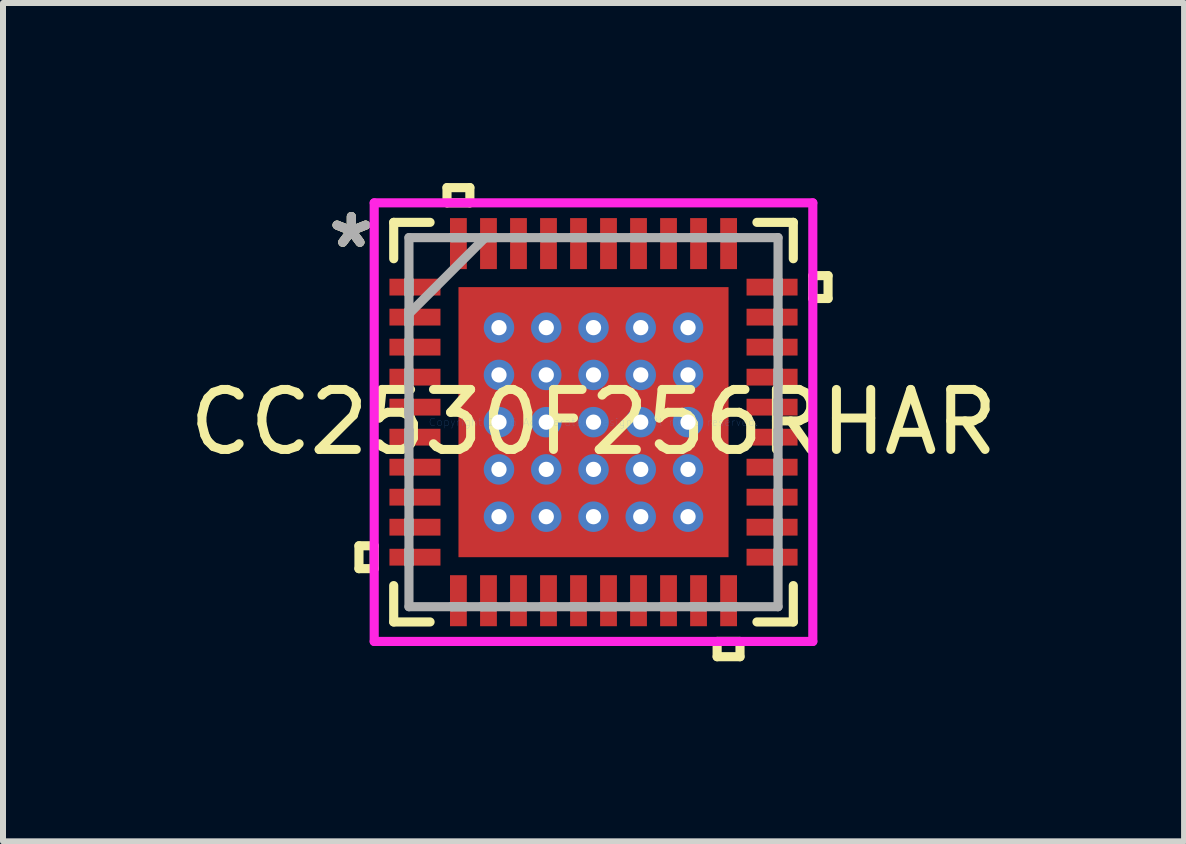
<source format=kicad_pcb>
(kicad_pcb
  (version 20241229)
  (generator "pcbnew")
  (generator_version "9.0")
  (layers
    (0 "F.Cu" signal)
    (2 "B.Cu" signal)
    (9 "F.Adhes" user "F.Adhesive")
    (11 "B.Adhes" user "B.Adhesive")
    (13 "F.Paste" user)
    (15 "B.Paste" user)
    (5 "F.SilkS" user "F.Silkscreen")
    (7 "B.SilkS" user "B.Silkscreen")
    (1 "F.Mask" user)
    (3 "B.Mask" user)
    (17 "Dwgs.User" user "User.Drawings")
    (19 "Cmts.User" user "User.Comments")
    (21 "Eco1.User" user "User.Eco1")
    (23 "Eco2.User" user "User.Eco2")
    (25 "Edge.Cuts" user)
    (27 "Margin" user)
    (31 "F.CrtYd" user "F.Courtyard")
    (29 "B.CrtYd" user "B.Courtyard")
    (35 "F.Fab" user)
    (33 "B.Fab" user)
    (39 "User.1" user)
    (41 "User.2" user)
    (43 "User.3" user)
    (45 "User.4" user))
  (footprint "CC2530F256RHAR"
    (layer "F.Cu")
    (at 6.839 3.984)
    (property "Reference" "CC2530F256RHAR" (at 0 0 0) (layer "F.SilkS") (effects (font (size 1 1) (thickness 0.15))))
    (attr through_hole)
    (fp_line (start -3.47 -2.46) (end -3.47 -2.04) (stroke (width 0.152) (type solid)) (layer "F.Mask"))
    (fp_line (start -3.47 -2.04) (end -2.48 -2.04) (stroke (width 0.152) (type solid)) (layer "F.Mask"))
    (fp_line (start -3.47 -1.96) (end -3.47 -1.54) (stroke (width 0.152) (type solid)) (layer "F.Mask"))
    (fp_line (start -3.47 -1.54) (end -2.48 -1.54) (stroke (width 0.152) (type solid)) (layer "F.Mask"))
    (fp_line (start -3.47 -1.46) (end -3.47 -1.04) (stroke (width 0.152) (type solid)) (layer "F.Mask"))
    (fp_line (start -3.47 -1.04) (end -2.48 -1.04) (stroke (width 0.152) (type solid)) (layer "F.Mask"))
    (fp_line (start -3.47 -0.96) (end -3.47 -0.54) (stroke (width 0.152) (type solid)) (layer "F.Mask"))
    (fp_line (start -3.47 -0.54) (end -2.48 -0.54) (stroke (width 0.152) (type solid)) (layer "F.Mask"))
    (fp_line (start -3.47 -0.46) (end -3.47 -0.04) (stroke (width 0.152) (type solid)) (layer "F.Mask"))
    (fp_line (start -3.47 -0.04) (end -2.48 -0.04) (stroke (width 0.152) (type solid)) (layer "F.Mask"))
    (fp_line (start -3.47 0.04) (end -3.47 0.46) (stroke (width 0.152) (type solid)) (layer "F.Mask"))
    (fp_line (start -3.47 0.46) (end -2.48 0.46) (stroke (width 0.152) (type solid)) (layer "F.Mask"))
    (fp_line (start -3.47 0.54) (end -3.47 0.96) (stroke (width 0.152) (type solid)) (layer "F.Mask"))
    (fp_line (start -3.47 0.96) (end -2.48 0.96) (stroke (width 0.152) (type solid)) (layer "F.Mask"))
    (fp_line (start -3.47 1.04) (end -3.47 1.46) (stroke (width 0.152) (type solid)) (layer "F.Mask"))
    (fp_line (start -3.47 1.46) (end -2.48 1.46) (stroke (width 0.152) (type solid)) (layer "F.Mask"))
    (fp_line (start -3.47 1.54) (end -3.47 1.96) (stroke (width 0.152) (type solid)) (layer "F.Mask"))
    (fp_line (start -3.47 1.96) (end -2.48 1.96) (stroke (width 0.152) (type solid)) (layer "F.Mask"))
    (fp_line (start -3.47 2.04) (end -3.47 2.46) (stroke (width 0.152) (type solid)) (layer "F.Mask"))
    (fp_line (start -3.47 2.46) (end -2.48 2.46) (stroke (width 0.152) (type solid)) (layer "F.Mask"))
    (fp_line (start -2.48 -2.46) (end -3.47 -2.46) (stroke (width 0.152) (type solid)) (layer "F.Mask"))
    (fp_line (start -2.48 -2.04) (end -2.48 -2.46) (stroke (width 0.152) (type solid)) (layer "F.Mask"))
    (fp_line (start -2.48 -1.96) (end -3.47 -1.96) (stroke (width 0.152) (type solid)) (layer "F.Mask"))
    (fp_line (start -2.48 -1.54) (end -2.48 -1.96) (stroke (width 0.152) (type solid)) (layer "F.Mask"))
    (fp_line (start -2.48 -1.46) (end -3.47 -1.46) (stroke (width 0.152) (type solid)) (layer "F.Mask"))
    (fp_line (start -2.48 -1.04) (end -2.48 -1.46) (stroke (width 0.152) (type solid)) (layer "F.Mask"))
    (fp_line (start -2.48 -0.96) (end -3.47 -0.96) (stroke (width 0.152) (type solid)) (layer "F.Mask"))
    (fp_line (start -2.48 -0.54) (end -2.48 -0.96) (stroke (width 0.152) (type solid)) (layer "F.Mask"))
    (fp_line (start -2.48 -0.46) (end -3.47 -0.46) (stroke (width 0.152) (type solid)) (layer "F.Mask"))
    (fp_line (start -2.48 -0.04) (end -2.48 -0.46) (stroke (width 0.152) (type solid)) (layer "F.Mask"))
    (fp_line (start -2.48 0.04) (end -3.47 0.04) (stroke (width 0.152) (type solid)) (layer "F.Mask"))
    (fp_line (start -2.48 0.46) (end -2.48 0.04) (stroke (width 0.152) (type solid)) (layer "F.Mask"))
    (fp_line (start -2.48 0.54) (end -3.47 0.54) (stroke (width 0.152) (type solid)) (layer "F.Mask"))
    (fp_line (start -2.48 0.96) (end -2.48 0.54) (stroke (width 0.152) (type solid)) (layer "F.Mask"))
    (fp_line (start -2.48 1.04) (end -3.47 1.04) (stroke (width 0.152) (type solid)) (layer "F.Mask"))
    (fp_line (start -2.48 1.46) (end -2.48 1.04) (stroke (width 0.152) (type solid)) (layer "F.Mask"))
    (fp_line (start -2.48 1.54) (end -3.47 1.54) (stroke (width 0.152) (type solid)) (layer "F.Mask"))
    (fp_line (start -2.48 1.96) (end -2.48 1.54) (stroke (width 0.152) (type solid)) (layer "F.Mask"))
    (fp_line (start -2.48 2.04) (end -3.47 2.04) (stroke (width 0.152) (type solid)) (layer "F.Mask"))
    (fp_line (start -2.48 2.46) (end -2.48 2.04) (stroke (width 0.152) (type solid)) (layer "F.Mask"))
    (fp_line (start -2.46 -3.47) (end -2.46 -2.48) (stroke (width 0.152) (type solid)) (layer "F.Mask"))
    (fp_line (start -2.46 -2.48) (end -2.041 -2.48) (stroke (width 0.152) (type solid)) (layer "F.Mask"))
    (fp_line (start -2.46 2.48) (end -2.46 3.47) (stroke (width 0.152) (type solid)) (layer "F.Mask"))
    (fp_line (start -2.46 3.47) (end -2.041 3.47) (stroke (width 0.152) (type solid)) (layer "F.Mask"))
    (fp_line (start -2.314 -2.314) (end -1.775 -2.314) (stroke (width 0.152) (type solid)) (layer "F.Mask"))
    (fp_line (start -2.314 -2.314) (end 2.314 -2.314) (stroke (width 0.152) (type solid)) (layer "F.Mask"))
    (fp_line (start -2.314 -1.775) (end -2.314 -2.314) (stroke (width 0.152) (type solid)) (layer "F.Mask"))
    (fp_line (start -2.314 -1.375) (end 2.314 -1.375) (stroke (width 0.152) (type solid)) (layer "F.Mask"))
    (fp_line (start -2.314 -0.987) (end -2.314 -1.375) (stroke (width 0.152) (type solid)) (layer "F.Mask"))
    (fp_line (start -2.314 -0.587) (end 2.314 -0.587) (stroke (width 0.152) (type solid)) (layer "F.Mask"))
    (fp_line (start -2.314 -0.2) (end -2.314 -0.587) (stroke (width 0.152) (type solid)) (layer "F.Mask"))
    (fp_line (start -2.314 0.2) (end 2.314 0.2) (stroke (width 0.152) (type solid)) (layer "F.Mask"))
    (fp_line (start -2.314 0.587) (end -2.314 0.2) (stroke (width 0.152) (type solid)) (layer "F.Mask"))
    (fp_line (start -2.314 0.987) (end 2.314 0.987) (stroke (width 0.152) (type solid)) (layer "F.Mask"))
    (fp_line (start -2.314 1.375) (end -2.314 0.987) (stroke (width 0.152) (type solid)) (layer "F.Mask"))
    (fp_line (start -2.314 1.775) (end 2.314 1.775) (stroke (width 0.152) (type solid)) (layer "F.Mask"))
    (fp_line (start -2.314 2.314) (end -2.314 -2.314) (stroke (width 0.152) (type solid)) (layer "F.Mask"))
    (fp_line (start -2.314 2.314) (end -2.314 1.775) (stroke (width 0.152) (type solid)) (layer "F.Mask"))
    (fp_line (start -2.041 -3.47) (end -2.46 -3.47) (stroke (width 0.152) (type solid)) (layer "F.Mask"))
    (fp_line (start -2.041 -2.48) (end -2.041 -3.47) (stroke (width 0.152) (type solid)) (layer "F.Mask"))
    (fp_line (start -2.041 2.48) (end -2.46 2.48) (stroke (width 0.152) (type solid)) (layer "F.Mask"))
    (fp_line (start -2.041 3.47) (end -2.041 2.48) (stroke (width 0.152) (type solid)) (layer "F.Mask"))
    (fp_line (start -1.96 -3.47) (end -1.96 -2.48) (stroke (width 0.152) (type solid)) (layer "F.Mask"))
    (fp_line (start -1.96 -2.48) (end -1.541 -2.48) (stroke (width 0.152) (type solid)) (layer "F.Mask"))
    (fp_line (start -1.96 2.48) (end -1.96 3.47) (stroke (width 0.152) (type solid)) (layer "F.Mask"))
    (fp_line (start -1.96 3.47) (end -1.541 3.47) (stroke (width 0.152) (type solid)) (layer "F.Mask"))
    (fp_line (start -1.775 -2.314) (end -1.775 2.314) (stroke (width 0.152) (type solid)) (layer "F.Mask"))
    (fp_line (start -1.775 2.314) (end -2.314 2.314) (stroke (width 0.152) (type solid)) (layer "F.Mask"))
    (fp_line (start -1.541 -3.47) (end -1.96 -3.47) (stroke (width 0.152) (type solid)) (layer "F.Mask"))
    (fp_line (start -1.541 -2.48) (end -1.541 -3.47) (stroke (width 0.152) (type solid)) (layer "F.Mask"))
    (fp_line (start -1.541 2.48) (end -1.96 2.48) (stroke (width 0.152) (type solid)) (layer "F.Mask"))
    (fp_line (start -1.541 3.47) (end -1.541 2.48) (stroke (width 0.152) (type solid)) (layer "F.Mask"))
    (fp_line (start -1.46 -3.47) (end -1.46 -2.48) (stroke (width 0.152) (type solid)) (layer "F.Mask"))
    (fp_line (start -1.46 -2.48) (end -1.041 -2.48) (stroke (width 0.152) (type solid)) (layer "F.Mask"))
    (fp_line (start -1.46 2.48) (end -1.46 3.47) (stroke (width 0.152) (type solid)) (layer "F.Mask"))
    (fp_line (start -1.46 3.47) (end -1.041 3.47) (stroke (width 0.152) (type solid)) (layer "F.Mask"))
    (fp_line (start -1.375 -2.314) (end -1.375 2.314) (stroke (width 0.152) (type solid)) (layer "F.Mask"))
    (fp_line (start -1.375 2.314) (end -0.987 2.314) (stroke (width 0.152) (type solid)) (layer "F.Mask"))
    (fp_line (start -1.041 -3.47) (end -1.46 -3.47) (stroke (width 0.152) (type solid)) (layer "F.Mask"))
    (fp_line (start -1.041 -2.48) (end -1.041 -3.47) (stroke (width 0.152) (type solid)) (layer "F.Mask"))
    (fp_line (start -1.041 2.48) (end -1.46 2.48) (stroke (width 0.152) (type solid)) (layer "F.Mask"))
    (fp_line (start -1.041 3.47) (end -1.041 2.48) (stroke (width 0.152) (type solid)) (layer "F.Mask"))
    (fp_line (start -0.987 -2.314) (end -1.375 -2.314) (stroke (width 0.152) (type solid)) (layer "F.Mask"))
    (fp_line (start -0.987 2.314) (end -0.987 -2.314) (stroke (width 0.152) (type solid)) (layer "F.Mask"))
    (fp_line (start -0.96 -3.47) (end -0.96 -2.48) (stroke (width 0.152) (type solid)) (layer "F.Mask"))
    (fp_line (start -0.96 -2.48) (end -0.541 -2.48) (stroke (width 0.152) (type solid)) (layer "F.Mask"))
    (fp_line (start -0.96 2.48) (end -0.96 3.47) (stroke (width 0.152) (type solid)) (layer "F.Mask"))
    (fp_line (start -0.96 3.47) (end -0.541 3.47) (stroke (width 0.152) (type solid)) (layer "F.Mask"))
    (fp_line (start -0.587 -2.314) (end -0.587 2.314) (stroke (width 0.152) (type solid)) (layer "F.Mask"))
    (fp_line (start -0.587 2.314) (end -0.2 2.314) (stroke (width 0.152) (type solid)) (layer "F.Mask"))
    (fp_line (start -0.541 -3.47) (end -0.96 -3.47) (stroke (width 0.152) (type solid)) (layer "F.Mask"))
    (fp_line (start -0.541 -2.48) (end -0.541 -3.47) (stroke (width 0.152) (type solid)) (layer "F.Mask"))
    (fp_line (start -0.541 2.48) (end -0.96 2.48) (stroke (width 0.152) (type solid)) (layer "F.Mask"))
    (fp_line (start -0.541 3.47) (end -0.541 2.48) (stroke (width 0.152) (type solid)) (layer "F.Mask"))
    (fp_line (start -0.46 -3.47) (end -0.46 -2.48) (stroke (width 0.152) (type solid)) (layer "F.Mask"))
    (fp_line (start -0.46 -2.48) (end -0.04 -2.48) (stroke (width 0.152) (type solid)) (layer "F.Mask"))
    (fp_line (start -0.46 2.48) (end -0.46 3.47) (stroke (width 0.152) (type solid)) (layer "F.Mask"))
    (fp_line (start -0.46 3.47) (end -0.04 3.47) (stroke (width 0.152) (type solid)) (layer "F.Mask"))
    (fp_line (start -0.2 -2.314) (end -0.587 -2.314) (stroke (width 0.152) (type solid)) (layer "F.Mask"))
    (fp_line (start -0.2 2.314) (end -0.2 -2.314) (stroke (width 0.152) (type solid)) (layer "F.Mask"))
    (fp_line (start -0.04 -3.47) (end -0.46 -3.47) (stroke (width 0.152) (type solid)) (layer "F.Mask"))
    (fp_line (start -0.04 -2.48) (end -0.04 -3.47) (stroke (width 0.152) (type solid)) (layer "F.Mask"))
    (fp_line (start -0.04 2.48) (end -0.46 2.48) (stroke (width 0.152) (type solid)) (layer "F.Mask"))
    (fp_line (start -0.04 3.47) (end -0.04 2.48) (stroke (width 0.152) (type solid)) (layer "F.Mask"))
    (fp_line (start 0.04 -3.47) (end 0.04 -2.48) (stroke (width 0.152) (type solid)) (layer "F.Mask"))
    (fp_line (start 0.04 -2.48) (end 0.46 -2.48) (stroke (width 0.152) (type solid)) (layer "F.Mask"))
    (fp_line (start 0.04 2.48) (end 0.04 3.47) (stroke (width 0.152) (type solid)) (layer "F.Mask"))
    (fp_line (start 0.04 3.47) (end 0.46 3.47) (stroke (width 0.152) (type solid)) (layer "F.Mask"))
    (fp_line (start 0.2 -2.314) (end 0.2 2.314) (stroke (width 0.152) (type solid)) (layer "F.Mask"))
    (fp_line (start 0.2 2.314) (end 0.587 2.314) (stroke (width 0.152) (type solid)) (layer "F.Mask"))
    (fp_line (start 0.46 -3.47) (end 0.04 -3.47) (stroke (width 0.152) (type solid)) (layer "F.Mask"))
    (fp_line (start 0.46 -2.48) (end 0.46 -3.47) (stroke (width 0.152) (type solid)) (layer "F.Mask"))
    (fp_line (start 0.46 2.48) (end 0.04 2.48) (stroke (width 0.152) (type solid)) (layer "F.Mask"))
    (fp_line (start 0.46 3.47) (end 0.46 2.48) (stroke (width 0.152) (type solid)) (layer "F.Mask"))
    (fp_line (start 0.541 -3.47) (end 0.541 -2.48) (stroke (width 0.152) (type solid)) (layer "F.Mask"))
    (fp_line (start 0.541 -2.48) (end 0.96 -2.48) (stroke (width 0.152) (type solid)) (layer "F.Mask"))
    (fp_line (start 0.541 2.48) (end 0.541 3.47) (stroke (width 0.152) (type solid)) (layer "F.Mask"))
    (fp_line (start 0.541 3.47) (end 0.96 3.47) (stroke (width 0.152) (type solid)) (layer "F.Mask"))
    (fp_line (start 0.587 -2.314) (end 0.2 -2.314) (stroke (width 0.152) (type solid)) (layer "F.Mask"))
    (fp_line (start 0.587 2.314) (end 0.587 -2.314) (stroke (width 0.152) (type solid)) (layer "F.Mask"))
    (fp_line (start 0.96 -3.47) (end 0.541 -3.47) (stroke (width 0.152) (type solid)) (layer "F.Mask"))
    (fp_line (start 0.96 -2.48) (end 0.96 -3.47) (stroke (width 0.152) (type solid)) (layer "F.Mask"))
    (fp_line (start 0.96 2.48) (end 0.541 2.48) (stroke (width 0.152) (type solid)) (layer "F.Mask"))
    (fp_line (start 0.96 3.47) (end 0.96 2.48) (stroke (width 0.152) (type solid)) (layer "F.Mask"))
    (fp_line (start 0.987 -2.314) (end 0.987 2.314) (stroke (width 0.152) (type solid)) (layer "F.Mask"))
    (fp_line (start 0.987 2.314) (end 1.375 2.314) (stroke (width 0.152) (type solid)) (layer "F.Mask"))
    (fp_line (start 1.041 -3.47) (end 1.041 -2.48) (stroke (width 0.152) (type solid)) (layer "F.Mask"))
    (fp_line (start 1.041 -2.48) (end 1.46 -2.48) (stroke (width 0.152) (type solid)) (layer "F.Mask"))
    (fp_line (start 1.041 2.48) (end 1.041 3.47) (stroke (width 0.152) (type solid)) (layer "F.Mask"))
    (fp_line (start 1.041 3.47) (end 1.46 3.47) (stroke (width 0.152) (type solid)) (layer "F.Mask"))
    (fp_line (start 1.375 -2.314) (end 0.987 -2.314) (stroke (width 0.152) (type solid)) (layer "F.Mask"))
    (fp_line (start 1.375 2.314) (end 1.375 -2.314) (stroke (width 0.152) (type solid)) (layer "F.Mask"))
    (fp_line (start 1.46 -3.47) (end 1.041 -3.47) (stroke (width 0.152) (type solid)) (layer "F.Mask"))
    (fp_line (start 1.46 -2.48) (end 1.46 -3.47) (stroke (width 0.152) (type solid)) (layer "F.Mask"))
    (fp_line (start 1.46 2.48) (end 1.041 2.48) (stroke (width 0.152) (type solid)) (layer "F.Mask"))
    (fp_line (start 1.46 3.47) (end 1.46 2.48) (stroke (width 0.152) (type solid)) (layer "F.Mask"))
    (fp_line (start 1.541 -3.47) (end 1.541 -2.48) (stroke (width 0.152) (type solid)) (layer "F.Mask"))
    (fp_line (start 1.541 -2.48) (end 1.96 -2.48) (stroke (width 0.152) (type solid)) (layer "F.Mask"))
    (fp_line (start 1.541 2.48) (end 1.541 3.47) (stroke (width 0.152) (type solid)) (layer "F.Mask"))
    (fp_line (start 1.541 3.47) (end 1.96 3.47) (stroke (width 0.152) (type solid)) (layer "F.Mask"))
    (fp_line (start 1.775 -2.314) (end 2.314 -2.314) (stroke (width 0.152) (type solid)) (layer "F.Mask"))
    (fp_line (start 1.775 2.314) (end 1.775 -2.314) (stroke (width 0.152) (type solid)) (layer "F.Mask"))
    (fp_line (start 1.96 -3.47) (end 1.541 -3.47) (stroke (width 0.152) (type solid)) (layer "F.Mask"))
    (fp_line (start 1.96 -2.48) (end 1.96 -3.47) (stroke (width 0.152) (type solid)) (layer "F.Mask"))
    (fp_line (start 1.96 2.48) (end 1.541 2.48) (stroke (width 0.152) (type solid)) (layer "F.Mask"))
    (fp_line (start 1.96 3.47) (end 1.96 2.48) (stroke (width 0.152) (type solid)) (layer "F.Mask"))
    (fp_line (start 2.041 -3.47) (end 2.041 -2.48) (stroke (width 0.152) (type solid)) (layer "F.Mask"))
    (fp_line (start 2.041 -2.48) (end 2.46 -2.48) (stroke (width 0.152) (type solid)) (layer "F.Mask"))
    (fp_line (start 2.041 2.48) (end 2.041 3.47) (stroke (width 0.152) (type solid)) (layer "F.Mask"))
    (fp_line (start 2.041 3.47) (end 2.46 3.47) (stroke (width 0.152) (type solid)) (layer "F.Mask"))
    (fp_line (start 2.314 -2.314) (end 2.314 -1.775) (stroke (width 0.152) (type solid)) (layer "F.Mask"))
    (fp_line (start 2.314 -2.314) (end 2.314 2.314) (stroke (width 0.152) (type solid)) (layer "F.Mask"))
    (fp_line (start 2.314 -1.775) (end -2.314 -1.775) (stroke (width 0.152) (type solid)) (layer "F.Mask"))
    (fp_line (start 2.314 -1.375) (end 2.314 -0.987) (stroke (width 0.152) (type solid)) (layer "F.Mask"))
    (fp_line (start 2.314 -0.987) (end -2.314 -0.987) (stroke (width 0.152) (type solid)) (layer "F.Mask"))
    (fp_line (start 2.314 -0.587) (end 2.314 -0.2) (stroke (width 0.152) (type solid)) (layer "F.Mask"))
    (fp_line (start 2.314 -0.2) (end -2.314 -0.2) (stroke (width 0.152) (type solid)) (layer "F.Mask"))
    (fp_line (start 2.314 0.2) (end 2.314 0.587) (stroke (width 0.152) (type solid)) (layer "F.Mask"))
    (fp_line (start 2.314 0.587) (end -2.314 0.587) (stroke (width 0.152) (type solid)) (layer "F.Mask"))
    (fp_line (start 2.314 0.987) (end 2.314 1.375) (stroke (width 0.152) (type solid)) (layer "F.Mask"))
    (fp_line (start 2.314 1.375) (end -2.314 1.375) (stroke (width 0.152) (type solid)) (layer "F.Mask"))
    (fp_line (start 2.314 1.775) (end 2.314 2.314) (stroke (width 0.152) (type solid)) (layer "F.Mask"))
    (fp_line (start 2.314 2.314) (end -2.314 2.314) (stroke (width 0.152) (type solid)) (layer "F.Mask"))
    (fp_line (start 2.314 2.314) (end 1.775 2.314) (stroke (width 0.152) (type solid)) (layer "F.Mask"))
    (fp_line (start 2.46 -3.47) (end 2.041 -3.47) (stroke (width 0.152) (type solid)) (layer "F.Mask"))
    (fp_line (start 2.46 -2.48) (end 2.46 -3.47) (stroke (width 0.152) (type solid)) (layer "F.Mask"))
    (fp_line (start 2.46 2.48) (end 2.041 2.48) (stroke (width 0.152) (type solid)) (layer "F.Mask"))
    (fp_line (start 2.46 3.47) (end 2.46 2.48) (stroke (width 0.152) (type solid)) (layer "F.Mask"))
    (fp_line (start 2.48 -2.46) (end 2.48 -2.04) (stroke (width 0.152) (type solid)) (layer "F.Mask"))
    (fp_line (start 2.48 -2.04) (end 3.47 -2.04) (stroke (width 0.152) (type solid)) (layer "F.Mask"))
    (fp_line (start 2.48 -1.96) (end 2.48 -1.54) (stroke (width 0.152) (type solid)) (layer "F.Mask"))
    (fp_line (start 2.48 -1.54) (end 3.47 -1.54) (stroke (width 0.152) (type solid)) (layer "F.Mask"))
    (fp_line (start 2.48 -1.46) (end 2.48 -1.04) (stroke (width 0.152) (type solid)) (layer "F.Mask"))
    (fp_line (start 2.48 -1.04) (end 3.47 -1.04) (stroke (width 0.152) (type solid)) (layer "F.Mask"))
    (fp_line (start 2.48 -0.96) (end 2.48 -0.54) (stroke (width 0.152) (type solid)) (layer "F.Mask"))
    (fp_line (start 2.48 -0.54) (end 3.47 -0.54) (stroke (width 0.152) (type solid)) (layer "F.Mask"))
    (fp_line (start 2.48 -0.46) (end 2.48 -0.04) (stroke (width 0.152) (type solid)) (layer "F.Mask"))
    (fp_line (start 2.48 -0.04) (end 3.47 -0.04) (stroke (width 0.152) (type solid)) (layer "F.Mask"))
    (fp_line (start 2.48 0.04) (end 2.48 0.46) (stroke (width 0.152) (type solid)) (layer "F.Mask"))
    (fp_line (start 2.48 0.46) (end 3.47 0.46) (stroke (width 0.152) (type solid)) (layer "F.Mask"))
    (fp_line (start 2.48 0.54) (end 2.48 0.96) (stroke (width 0.152) (type solid)) (layer "F.Mask"))
    (fp_line (start 2.48 0.96) (end 3.47 0.96) (stroke (width 0.152) (type solid)) (layer "F.Mask"))
    (fp_line (start 2.48 1.04) (end 2.48 1.46) (stroke (width 0.152) (type solid)) (layer "F.Mask"))
    (fp_line (start 2.48 1.46) (end 3.47 1.46) (stroke (width 0.152) (type solid)) (layer "F.Mask"))
    (fp_line (start 2.48 1.54) (end 2.48 1.96) (stroke (width 0.152) (type solid)) (layer "F.Mask"))
    (fp_line (start 2.48 1.96) (end 3.47 1.96) (stroke (width 0.152) (type solid)) (layer "F.Mask"))
    (fp_line (start 2.48 2.04) (end 2.48 2.46) (stroke (width 0.152) (type solid)) (layer "F.Mask"))
    (fp_line (start 2.48 2.46) (end 3.47 2.46) (stroke (width 0.152) (type solid)) (layer "F.Mask"))
    (fp_line (start 3.47 -2.46) (end 2.48 -2.46) (stroke (width 0.152) (type solid)) (layer "F.Mask"))
    (fp_line (start 3.47 -2.04) (end 3.47 -2.46) (stroke (width 0.152) (type solid)) (layer "F.Mask"))
    (fp_line (start 3.47 -1.96) (end 2.48 -1.96) (stroke (width 0.152) (type solid)) (layer "F.Mask"))
    (fp_line (start 3.47 -1.54) (end 3.47 -1.96) (stroke (width 0.152) (type solid)) (layer "F.Mask"))
    (fp_line (start 3.47 -1.46) (end 2.48 -1.46) (stroke (width 0.152) (type solid)) (layer "F.Mask"))
    (fp_line (start 3.47 -1.04) (end 3.47 -1.46) (stroke (width 0.152) (type solid)) (layer "F.Mask"))
    (fp_line (start 3.47 -0.96) (end 2.48 -0.96) (stroke (width 0.152) (type solid)) (layer "F.Mask"))
    (fp_line (start 3.47 -0.54) (end 3.47 -0.96) (stroke (width 0.152) (type solid)) (layer "F.Mask"))
    (fp_line (start 3.47 -0.46) (end 2.48 -0.46) (stroke (width 0.152) (type solid)) (layer "F.Mask"))
    (fp_line (start 3.47 -0.04) (end 3.47 -0.46) (stroke (width 0.152) (type solid)) (layer "F.Mask"))
    (fp_line (start 3.47 0.04) (end 2.48 0.04) (stroke (width 0.152) (type solid)) (layer "F.Mask"))
    (fp_line (start 3.47 0.46) (end 3.47 0.04) (stroke (width 0.152) (type solid)) (layer "F.Mask"))
    (fp_line (start 3.47 0.54) (end 2.48 0.54) (stroke (width 0.152) (type solid)) (layer "F.Mask"))
    (fp_line (start 3.47 0.96) (end 3.47 0.54) (stroke (width 0.152) (type solid)) (layer "F.Mask"))
    (fp_line (start 3.47 1.04) (end 2.48 1.04) (stroke (width 0.152) (type solid)) (layer "F.Mask"))
    (fp_line (start 3.47 1.46) (end 3.47 1.04) (stroke (width 0.152) (type solid)) (layer "F.Mask"))
    (fp_line (start 3.47 1.54) (end 2.48 1.54) (stroke (width 0.152) (type solid)) (layer "F.Mask"))
    (fp_line (start 3.47 1.96) (end 3.47 1.54) (stroke (width 0.152) (type solid)) (layer "F.Mask"))
    (fp_line (start 3.47 2.04) (end 2.48 2.04) (stroke (width 0.152) (type solid)) (layer "F.Mask"))
    (fp_line (start 3.47 2.46) (end 3.47 2.04) (stroke (width 0.152) (type solid)) (layer "F.Mask"))
    (fp_line (start -3.908 2.06) (end -3.908 2.441) (stroke (width 0.152) (type solid)) (layer "F.SilkS"))
    (fp_line (start -3.908 2.441) (end -3.654 2.441) (stroke (width 0.152) (type solid)) (layer "F.SilkS"))
    (fp_line (start -3.654 2.06) (end -3.908 2.06) (stroke (width 0.152) (type solid)) (layer "F.SilkS"))
    (fp_line (start -3.654 2.441) (end -3.654 2.06) (stroke (width 0.152) (type solid)) (layer "F.SilkS"))
    (fp_line (start -3.329 -3.329) (end -3.329 -2.723) (stroke (width 0.152) (type solid)) (layer "F.SilkS"))
    (fp_line (start -3.329 2.723) (end -3.329 3.329) (stroke (width 0.152) (type solid)) (layer "F.SilkS"))
    (fp_line (start -3.329 3.329) (end -2.723 3.329) (stroke (width 0.152) (type solid)) (layer "F.SilkS"))
    (fp_line (start -2.723 -3.329) (end -3.329 -3.329) (stroke (width 0.152) (type solid)) (layer "F.SilkS"))
    (fp_line (start -2.441 -3.908) (end -2.06 -3.908) (stroke (width 0.152) (type solid)) (layer "F.SilkS"))
    (fp_line (start -2.441 -3.654) (end -2.441 -3.908) (stroke (width 0.152) (type solid)) (layer "F.SilkS"))
    (fp_line (start -2.06 -3.908) (end -2.06 -3.654) (stroke (width 0.152) (type solid)) (layer "F.SilkS"))
    (fp_line (start -2.06 -3.654) (end -2.441 -3.654) (stroke (width 0.152) (type solid)) (layer "F.SilkS"))
    (fp_line (start 2.06 3.654) (end 2.06 3.908) (stroke (width 0.152) (type solid)) (layer "F.SilkS"))
    (fp_line (start 2.06 3.908) (end 2.441 3.908) (stroke (width 0.152) (type solid)) (layer "F.SilkS"))
    (fp_line (start 2.441 3.654) (end 2.06 3.654) (stroke (width 0.152) (type solid)) (layer "F.SilkS"))
    (fp_line (start 2.441 3.908) (end 2.441 3.654) (stroke (width 0.152) (type solid)) (layer "F.SilkS"))
    (fp_line (start 2.723 3.329) (end 3.329 3.329) (stroke (width 0.152) (type solid)) (layer "F.SilkS"))
    (fp_line (start 3.329 -3.329) (end 2.723 -3.329) (stroke (width 0.152) (type solid)) (layer "F.SilkS"))
    (fp_line (start 3.329 -2.723) (end 3.329 -3.329) (stroke (width 0.152) (type solid)) (layer "F.SilkS"))
    (fp_line (start 3.329 3.329) (end 3.329 2.723) (stroke (width 0.152) (type solid)) (layer "F.SilkS"))
    (fp_line (start 3.654 -2.441) (end 3.908 -2.441) (stroke (width 0.152) (type solid)) (layer "F.SilkS"))
    (fp_line (start 3.654 -2.06) (end 3.654 -2.441) (stroke (width 0.152) (type solid)) (layer "F.SilkS"))
    (fp_line (start 3.908 -2.441) (end 3.908 -2.06) (stroke (width 0.152) (type solid)) (layer "F.SilkS"))
    (fp_line (start 3.908 -2.06) (end 3.654 -2.06) (stroke (width 0.152) (type solid)) (layer "F.SilkS"))
    (fp_line (start -3.375 -2.365) (end -3.375 -2.135) (stroke (width 0.152) (type solid)) (layer "F.Paste"))
    (fp_line (start -3.375 -2.135) (end -2.575 -2.135) (stroke (width 0.152) (type solid)) (layer "F.Paste"))
    (fp_line (start -3.375 -1.865) (end -3.375 -1.635) (stroke (width 0.152) (type solid)) (layer "F.Paste"))
    (fp_line (start -3.375 -1.635) (end -2.575 -1.635) (stroke (width 0.152) (type solid)) (layer "F.Paste"))
    (fp_line (start -3.375 -1.365) (end -3.375 -1.135) (stroke (width 0.152) (type solid)) (layer "F.Paste"))
    (fp_line (start -3.375 -1.135) (end -2.575 -1.135) (stroke (width 0.152) (type solid)) (layer "F.Paste"))
    (fp_line (start -3.375 -0.865) (end -3.375 -0.635) (stroke (width 0.152) (type solid)) (layer "F.Paste"))
    (fp_line (start -3.375 -0.635) (end -2.575 -0.635) (stroke (width 0.152) (type solid)) (layer "F.Paste"))
    (fp_line (start -3.375 -0.365) (end -3.375 -0.135) (stroke (width 0.152) (type solid)) (layer "F.Paste"))
    (fp_line (start -3.375 -0.135) (end -2.575 -0.135) (stroke (width 0.152) (type solid)) (layer "F.Paste"))
    (fp_line (start -3.375 0.135) (end -3.375 0.365) (stroke (width 0.152) (type solid)) (layer "F.Paste"))
    (fp_line (start -3.375 0.365) (end -2.575 0.365) (stroke (width 0.152) (type solid)) (layer "F.Paste"))
    (fp_line (start -3.375 0.635) (end -3.375 0.865) (stroke (width 0.152) (type solid)) (layer "F.Paste"))
    (fp_line (start -3.375 0.865) (end -2.575 0.865) (stroke (width 0.152) (type solid)) (layer "F.Paste"))
    (fp_line (start -3.375 1.135) (end -3.375 1.365) (stroke (width 0.152) (type solid)) (layer "F.Paste"))
    (fp_line (start -3.375 1.365) (end -2.575 1.365) (stroke (width 0.152) (type solid)) (layer "F.Paste"))
    (fp_line (start -3.375 1.635) (end -3.375 1.865) (stroke (width 0.152) (type solid)) (layer "F.Paste"))
    (fp_line (start -3.375 1.865) (end -2.575 1.865) (stroke (width 0.152) (type solid)) (layer "F.Paste"))
    (fp_line (start -3.375 2.135) (end -3.375 2.365) (stroke (width 0.152) (type solid)) (layer "F.Paste"))
    (fp_line (start -3.375 2.365) (end -2.575 2.365) (stroke (width 0.152) (type solid)) (layer "F.Paste"))
    (fp_line (start -2.575 -2.365) (end -3.375 -2.365) (stroke (width 0.152) (type solid)) (layer "F.Paste"))
    (fp_line (start -2.575 -2.135) (end -2.575 -2.365) (stroke (width 0.152) (type solid)) (layer "F.Paste"))
    (fp_line (start -2.575 -1.865) (end -3.375 -1.865) (stroke (width 0.152) (type solid)) (layer "F.Paste"))
    (fp_line (start -2.575 -1.635) (end -2.575 -1.865) (stroke (width 0.152) (type solid)) (layer "F.Paste"))
    (fp_line (start -2.575 -1.365) (end -3.375 -1.365) (stroke (width 0.152) (type solid)) (layer "F.Paste"))
    (fp_line (start -2.575 -1.135) (end -2.575 -1.365) (stroke (width 0.152) (type solid)) (layer "F.Paste"))
    (fp_line (start -2.575 -0.865) (end -3.375 -0.865) (stroke (width 0.152) (type solid)) (layer "F.Paste"))
    (fp_line (start -2.575 -0.635) (end -2.575 -0.865) (stroke (width 0.152) (type solid)) (layer "F.Paste"))
    (fp_line (start -2.575 -0.365) (end -3.375 -0.365) (stroke (width 0.152) (type solid)) (layer "F.Paste"))
    (fp_line (start -2.575 -0.135) (end -2.575 -0.365) (stroke (width 0.152) (type solid)) (layer "F.Paste"))
    (fp_line (start -2.575 0.135) (end -3.375 0.135) (stroke (width 0.152) (type solid)) (layer "F.Paste"))
    (fp_line (start -2.575 0.365) (end -2.575 0.135) (stroke (width 0.152) (type solid)) (layer "F.Paste"))
    (fp_line (start -2.575 0.635) (end -3.375 0.635) (stroke (width 0.152) (type solid)) (layer "F.Paste"))
    (fp_line (start -2.575 0.865) (end -2.575 0.635) (stroke (width 0.152) (type solid)) (layer "F.Paste"))
    (fp_line (start -2.575 1.135) (end -3.375 1.135) (stroke (width 0.152) (type solid)) (layer "F.Paste"))
    (fp_line (start -2.575 1.365) (end -2.575 1.135) (stroke (width 0.152) (type solid)) (layer "F.Paste"))
    (fp_line (start -2.575 1.635) (end -3.375 1.635) (stroke (width 0.152) (type solid)) (layer "F.Paste"))
    (fp_line (start -2.575 1.865) (end -2.575 1.635) (stroke (width 0.152) (type solid)) (layer "F.Paste"))
    (fp_line (start -2.575 2.135) (end -3.375 2.135) (stroke (width 0.152) (type solid)) (layer "F.Paste"))
    (fp_line (start -2.575 2.365) (end -2.575 2.135) (stroke (width 0.152) (type solid)) (layer "F.Paste"))
    (fp_line (start -2.366 -3.375) (end -2.366 -2.575) (stroke (width 0.152) (type solid)) (layer "F.Paste"))
    (fp_line (start -2.366 -2.575) (end -2.135 -2.575) (stroke (width 0.152) (type solid)) (layer "F.Paste"))
    (fp_line (start -2.366 2.575) (end -2.366 3.375) (stroke (width 0.152) (type solid)) (layer "F.Paste"))
    (fp_line (start -2.366 3.375) (end -2.135 3.375) (stroke (width 0.152) (type solid)) (layer "F.Paste"))
    (fp_line (start -2.175 -2.175) (end -2.175 -1.675) (stroke (width 0.152) (type solid)) (layer "F.Paste"))
    (fp_line (start -2.175 -1.675) (end -1.816 -1.675) (stroke (width 0.152) (type solid)) (layer "F.Paste"))
    (fp_line (start -2.175 -1.475) (end -2.175 -0.887) (stroke (width 0.152) (type solid)) (layer "F.Paste"))
    (fp_line (start -2.175 -0.887) (end -1.816 -0.887) (stroke (width 0.152) (type solid)) (layer "F.Paste"))
    (fp_line (start -2.175 -0.687) (end -2.175 -0.1) (stroke (width 0.152) (type solid)) (layer "F.Paste"))
    (fp_line (start -2.175 -0.1) (end -1.816 -0.1) (stroke (width 0.152) (type solid)) (layer "F.Paste"))
    (fp_line (start -2.175 0.1) (end -2.175 0.687) (stroke (width 0.152) (type solid)) (layer "F.Paste"))
    (fp_line (start -2.175 0.687) (end -1.816 0.687) (stroke (width 0.152) (type solid)) (layer "F.Paste"))
    (fp_line (start -2.175 0.887) (end -2.175 1.475) (stroke (width 0.152) (type solid)) (layer "F.Paste"))
    (fp_line (start -2.175 1.475) (end -1.816 1.475) (stroke (width 0.152) (type solid)) (layer "F.Paste"))
    (fp_line (start -2.175 1.675) (end -2.175 2.175) (stroke (width 0.152) (type solid)) (layer "F.Paste"))
    (fp_line (start -2.175 2.175) (end -1.675 2.175) (stroke (width 0.152) (type solid)) (layer "F.Paste"))
    (fp_line (start -2.135 -3.375) (end -2.366 -3.375) (stroke (width 0.152) (type solid)) (layer "F.Paste"))
    (fp_line (start -2.135 -2.575) (end -2.135 -3.375) (stroke (width 0.152) (type solid)) (layer "F.Paste"))
    (fp_line (start -2.135 2.575) (end -2.366 2.575) (stroke (width 0.152) (type solid)) (layer "F.Paste"))
    (fp_line (start -2.135 3.375) (end -2.135 2.575) (stroke (width 0.152) (type solid)) (layer "F.Paste"))
    (fp_line (start -1.866 -3.375) (end -1.866 -2.575) (stroke (width 0.152) (type solid)) (layer "F.Paste"))
    (fp_line (start -1.866 -2.575) (end -1.635 -2.575) (stroke (width 0.152) (type solid)) (layer "F.Paste"))
    (fp_line (start -1.866 2.575) (end -1.866 3.375) (stroke (width 0.152) (type solid)) (layer "F.Paste"))
    (fp_line (start -1.866 3.375) (end -1.635 3.375) (stroke (width 0.152) (type solid)) (layer "F.Paste"))
    (fp_line (start -1.816 -1.675) (end -1.816 -1.675) (stroke (width 0.152) (type solid)) (layer "F.Paste"))
    (fp_line (start -1.816 -1.675) (end -1.675 -1.816) (stroke (width 0.152) (type solid)) (layer "F.Paste"))
    (fp_line (start -1.816 -1.475) (end -2.175 -1.475) (stroke (width 0.152) (type solid)) (layer "F.Paste"))
    (fp_line (start -1.816 -1.475) (end -1.816 -1.475) (stroke (width 0.152) (type solid)) (layer "F.Paste"))
    (fp_line (start -1.816 -0.887) (end -1.816 -0.887) (stroke (width 0.152) (type solid)) (layer "F.Paste"))
    (fp_line (start -1.816 -0.887) (end -1.675 -1.029) (stroke (width 0.152) (type solid)) (layer "F.Paste"))
    (fp_line (start -1.816 -0.687) (end -2.175 -0.687) (stroke (width 0.152) (type solid)) (layer "F.Paste"))
    (fp_line (start -1.816 -0.687) (end -1.816 -0.687) (stroke (width 0.152) (type solid)) (layer "F.Paste"))
    (fp_line (start -1.816 -0.1) (end -1.816 -0.1) (stroke (width 0.152) (type solid)) (layer "F.Paste"))
    (fp_line (start -1.816 -0.1) (end -1.675 -0.241) (stroke (width 0.152) (type solid)) (layer "F.Paste"))
    (fp_line (start -1.816 0.1) (end -2.175 0.1) (stroke (width 0.152) (type solid)) (layer "F.Paste"))
    (fp_line (start -1.816 0.1) (end -1.816 0.1) (stroke (width 0.152) (type solid)) (layer "F.Paste"))
    (fp_line (start -1.816 0.687) (end -1.816 0.687) (stroke (width 0.152) (type solid)) (layer "F.Paste"))
    (fp_line (start -1.816 0.687) (end -1.675 0.546) (stroke (width 0.152) (type solid)) (layer "F.Paste"))
    (fp_line (start -1.816 0.887) (end -2.175 0.887) (stroke (width 0.152) (type solid)) (layer "F.Paste"))
    (fp_line (start -1.816 0.887) (end -1.816 0.887) (stroke (width 0.152) (type solid)) (layer "F.Paste"))
    (fp_line (start -1.816 1.475) (end -1.816 1.475) (stroke (width 0.152) (type solid)) (layer "F.Paste"))
    (fp_line (start -1.816 1.475) (end -1.675 1.333) (stroke (width 0.152) (type solid)) (layer "F.Paste"))
    (fp_line (start -1.816 1.675) (end -2.175 1.675) (stroke (width 0.152) (type solid)) (layer "F.Paste"))
    (fp_line (start -1.816 1.675) (end -1.816 1.675) (stroke (width 0.152) (type solid)) (layer "F.Paste"))
    (fp_line (start -1.675 -2.175) (end -2.175 -2.175) (stroke (width 0.152) (type solid)) (layer "F.Paste"))
    (fp_line (start -1.675 -1.816) (end -1.675 -2.175) (stroke (width 0.152) (type solid)) (layer "F.Paste"))
    (fp_line (start -1.675 -1.816) (end -1.675 -1.816) (stroke (width 0.152) (type solid)) (layer "F.Paste"))
    (fp_line (start -1.675 -1.333) (end -1.816 -1.475) (stroke (width 0.152) (type solid)) (layer "F.Paste"))
    (fp_line (start -1.675 -1.333) (end -1.675 -1.333) (stroke (width 0.152) (type solid)) (layer "F.Paste"))
    (fp_line (start -1.675 -1.029) (end -1.675 -1.333) (stroke (width 0.152) (type solid)) (layer "F.Paste"))
    (fp_line (start -1.675 -1.029) (end -1.675 -1.029) (stroke (width 0.152) (type solid)) (layer "F.Paste"))
    (fp_line (start -1.675 -0.546) (end -1.816 -0.687) (stroke (width 0.152) (type solid)) (layer "F.Paste"))
    (fp_line (start -1.675 -0.546) (end -1.675 -0.546) (stroke (width 0.152) (type solid)) (layer "F.Paste"))
    (fp_line (start -1.675 -0.241) (end -1.675 -0.546) (stroke (width 0.152) (type solid)) (layer "F.Paste"))
    (fp_line (start -1.675 -0.241) (end -1.675 -0.241) (stroke (width 0.152) (type solid)) (layer "F.Paste"))
    (fp_line (start -1.675 0.241) (end -1.816 0.1) (stroke (width 0.152) (type solid)) (layer "F.Paste"))
    (fp_line (start -1.675 0.241) (end -1.675 0.241) (stroke (width 0.152) (type solid)) (layer "F.Paste"))
    (fp_line (start -1.675 0.546) (end -1.675 0.241) (stroke (width 0.152) (type solid)) (layer "F.Paste"))
    (fp_line (start -1.675 0.546) (end -1.675 0.546) (stroke (width 0.152) (type solid)) (layer "F.Paste"))
    (fp_line (start -1.675 1.029) (end -1.816 0.887) (stroke (width 0.152) (type solid)) (layer "F.Paste"))
    (fp_line (start -1.675 1.029) (end -1.675 1.029) (stroke (width 0.152) (type solid)) (layer "F.Paste"))
    (fp_line (start -1.675 1.333) (end -1.675 1.029) (stroke (width 0.152) (type solid)) (layer "F.Paste"))
    (fp_line (start -1.675 1.333) (end -1.675 1.333) (stroke (width 0.152) (type solid)) (layer "F.Paste"))
    (fp_line (start -1.675 1.816) (end -1.816 1.675) (stroke (width 0.152) (type solid)) (layer "F.Paste"))
    (fp_line (start -1.675 1.816) (end -1.675 1.816) (stroke (width 0.152) (type solid)) (layer "F.Paste"))
    (fp_line (start -1.675 2.175) (end -1.675 1.816) (stroke (width 0.152) (type solid)) (layer "F.Paste"))
    (fp_line (start -1.635 -3.375) (end -1.866 -3.375) (stroke (width 0.152) (type solid)) (layer "F.Paste"))
    (fp_line (start -1.635 -2.575) (end -1.635 -3.375) (stroke (width 0.152) (type solid)) (layer "F.Paste"))
    (fp_line (start -1.635 2.575) (end -1.866 2.575) (stroke (width 0.152) (type solid)) (layer "F.Paste"))
    (fp_line (start -1.635 3.375) (end -1.635 2.575) (stroke (width 0.152) (type solid)) (layer "F.Paste"))
    (fp_line (start -1.475 -2.175) (end -1.475 -1.816) (stroke (width 0.152) (type solid)) (layer "F.Paste"))
    (fp_line (start -1.475 -1.816) (end -1.475 -1.816) (stroke (width 0.152) (type solid)) (layer "F.Paste"))
    (fp_line (start -1.475 -1.816) (end -1.333 -1.675) (stroke (width 0.152) (type solid)) (layer "F.Paste"))
    (fp_line (start -1.475 -1.333) (end -1.475 -1.333) (stroke (width 0.152) (type solid)) (layer "F.Paste"))
    (fp_line (start -1.475 -1.333) (end -1.475 -1.029) (stroke (width 0.152) (type solid)) (layer "F.Paste"))
    (fp_line (start -1.475 -1.029) (end -1.475 -1.029) (stroke (width 0.152) (type solid)) (layer "F.Paste"))
    (fp_line (start -1.475 -1.029) (end -1.333 -0.887) (stroke (width 0.152) (type solid)) (layer "F.Paste"))
    (fp_line (start -1.475 -0.546) (end -1.475 -0.546) (stroke (width 0.152) (type solid)) (layer "F.Paste"))
    (fp_line (start -1.475 -0.546) (end -1.475 -0.241) (stroke (width 0.152) (type solid)) (layer "F.Paste"))
    (fp_line (start -1.475 -0.241) (end -1.475 -0.241) (stroke (width 0.152) (type solid)) (layer "F.Paste"))
    (fp_line (start -1.475 -0.241) (end -1.333 -0.1) (stroke (width 0.152) (type solid)) (layer "F.Paste"))
    (fp_line (start -1.475 0.241) (end -1.475 0.241) (stroke (width 0.152) (type solid)) (layer "F.Paste"))
    (fp_line (start -1.475 0.241) (end -1.475 0.546) (stroke (width 0.152) (type solid)) (layer "F.Paste"))
    (fp_line (start -1.475 0.546) (end -1.475 0.546) (stroke (width 0.152) (type solid)) (layer "F.Paste"))
    (fp_line (start -1.475 0.546) (end -1.333 0.687) (stroke (width 0.152) (type solid)) (layer "F.Paste"))
    (fp_line (start -1.475 1.029) (end -1.475 1.029) (stroke (width 0.152) (type solid)) (layer "F.Paste"))
    (fp_line (start -1.475 1.029) (end -1.475 1.333) (stroke (width 0.152) (type solid)) (layer "F.Paste"))
    (fp_line (start -1.475 1.333) (end -1.475 1.333) (stroke (width 0.152) (type solid)) (layer "F.Paste"))
    (fp_line (start -1.475 1.333) (end -1.333 1.475) (stroke (width 0.152) (type solid)) (layer "F.Paste"))
    (fp_line (start -1.475 1.816) (end -1.475 1.816) (stroke (width 0.152) (type solid)) (layer "F.Paste"))
    (fp_line (start -1.475 1.816) (end -1.475 2.175) (stroke (width 0.152) (type solid)) (layer "F.Paste"))
    (fp_line (start -1.475 2.175) (end -0.887 2.175) (stroke (width 0.152) (type solid)) (layer "F.Paste"))
    (fp_line (start -1.365 -3.375) (end -1.365 -2.575) (stroke (width 0.152) (type solid)) (layer "F.Paste"))
    (fp_line (start -1.365 -2.575) (end -1.135 -2.575) (stroke (width 0.152) (type solid)) (layer "F.Paste"))
    (fp_line (start -1.365 2.575) (end -1.365 3.375) (stroke (width 0.152) (type solid)) (layer "F.Paste"))
    (fp_line (start -1.365 3.375) (end -1.135 3.375) (stroke (width 0.152) (type solid)) (layer "F.Paste"))
    (fp_line (start -1.333 -1.675) (end -1.333 -1.675) (stroke (width 0.152) (type solid)) (layer "F.Paste"))
    (fp_line (start -1.333 -1.675) (end -1.029 -1.675) (stroke (width 0.152) (type solid)) (layer "F.Paste"))
    (fp_line (start -1.333 -1.475) (end -1.475 -1.333) (stroke (width 0.152) (type solid)) (layer "F.Paste"))
    (fp_line (start -1.333 -1.475) (end -1.333 -1.475) (stroke (width 0.152) (type solid)) (layer "F.Paste"))
    (fp_line (start -1.333 -0.887) (end -1.333 -0.887) (stroke (width 0.152) (type solid)) (layer "F.Paste"))
    (fp_line (start -1.333 -0.887) (end -1.029 -0.887) (stroke (width 0.152) (type solid)) (layer "F.Paste"))
    (fp_line (start -1.333 -0.687) (end -1.475 -0.546) (stroke (width 0.152) (type solid)) (layer "F.Paste"))
    (fp_line (start -1.333 -0.687) (end -1.333 -0.687) (stroke (width 0.152) (type solid)) (layer "F.Paste"))
    (fp_line (start -1.333 -0.1) (end -1.333 -0.1) (stroke (width 0.152) (type solid)) (layer "F.Paste"))
    (fp_line (start -1.333 -0.1) (end -1.029 -0.1) (stroke (width 0.152) (type solid)) (layer "F.Paste"))
    (fp_line (start -1.333 0.1) (end -1.475 0.241) (stroke (width 0.152) (type solid)) (layer "F.Paste"))
    (fp_line (start -1.333 0.1) (end -1.333 0.1) (stroke (width 0.152) (type solid)) (layer "F.Paste"))
    (fp_line (start -1.333 0.687) (end -1.333 0.687) (stroke (width 0.152) (type solid)) (layer "F.Paste"))
    (fp_line (start -1.333 0.687) (end -1.029 0.687) (stroke (width 0.152) (type solid)) (layer "F.Paste"))
    (fp_line (start -1.333 0.887) (end -1.475 1.029) (stroke (width 0.152) (type solid)) (layer "F.Paste"))
    (fp_line (start -1.333 0.887) (end -1.333 0.887) (stroke (width 0.152) (type solid)) (layer "F.Paste"))
    (fp_line (start -1.333 1.475) (end -1.333 1.475) (stroke (width 0.152) (type solid)) (layer "F.Paste"))
    (fp_line (start -1.333 1.475) (end -1.029 1.475) (stroke (width 0.152) (type solid)) (layer "F.Paste"))
    (fp_line (start -1.333 1.675) (end -1.475 1.816) (stroke (width 0.152) (type solid)) (layer "F.Paste"))
    (fp_line (start -1.333 1.675) (end -1.333 1.675) (stroke (width 0.152) (type solid)) (layer "F.Paste"))
    (fp_line (start -1.135 -3.375) (end -1.365 -3.375) (stroke (width 0.152) (type solid)) (layer "F.Paste"))
    (fp_line (start -1.135 -2.575) (end -1.135 -3.375) (stroke (width 0.152) (type solid)) (layer "F.Paste"))
    (fp_line (start -1.135 2.575) (end -1.365 2.575) (stroke (width 0.152) (type solid)) (layer "F.Paste"))
    (fp_line (start -1.135 3.375) (end -1.135 2.575) (stroke (width 0.152) (type solid)) (layer "F.Paste"))
    (fp_line (start -1.029 -1.675) (end -1.029 -1.675) (stroke (width 0.152) (type solid)) (layer "F.Paste"))
    (fp_line (start -1.029 -1.675) (end -0.887 -1.816) (stroke (width 0.152) (type solid)) (layer "F.Paste"))
    (fp_line (start -1.029 -1.475) (end -1.333 -1.475) (stroke (width 0.152) (type solid)) (layer "F.Paste"))
    (fp_line (start -1.029 -1.475) (end -1.029 -1.475) (stroke (width 0.152) (type solid)) (layer "F.Paste"))
    (fp_line (start -1.029 -0.887) (end -1.029 -0.887) (stroke (width 0.152) (type solid)) (layer "F.Paste"))
    (fp_line (start -1.029 -0.887) (end -0.887 -1.029) (stroke (width 0.152) (type solid)) (layer "F.Paste"))
    (fp_line (start -1.029 -0.687) (end -1.333 -0.687) (stroke (width 0.152) (type solid)) (layer "F.Paste"))
    (fp_line (start -1.029 -0.687) (end -1.029 -0.687) (stroke (width 0.152) (type solid)) (layer "F.Paste"))
    (fp_line (start -1.029 -0.1) (end -1.029 -0.1) (stroke (width 0.152) (type solid)) (layer "F.Paste"))
    (fp_line (start -1.029 -0.1) (end -0.887 -0.241) (stroke (width 0.152) (type solid)) (layer "F.Paste"))
    (fp_line (start -1.029 0.1) (end -1.333 0.1) (stroke (width 0.152) (type solid)) (layer "F.Paste"))
    (fp_line (start -1.029 0.1) (end -1.029 0.1) (stroke (width 0.152) (type solid)) (layer "F.Paste"))
    (fp_line (start -1.029 0.687) (end -1.029 0.687) (stroke (width 0.152) (type solid)) (layer "F.Paste"))
    (fp_line (start -1.029 0.687) (end -0.887 0.546) (stroke (width 0.152) (type solid)) (layer "F.Paste"))
    (fp_line (start -1.029 0.887) (end -1.333 0.887) (stroke (width 0.152) (type solid)) (layer "F.Paste"))
    (fp_line (start -1.029 0.887) (end -1.029 0.887) (stroke (width 0.152) (type solid)) (layer "F.Paste"))
    (fp_line (start -1.029 1.475) (end -1.029 1.475) (stroke (width 0.152) (type solid)) (layer "F.Paste"))
    (fp_line (start -1.029 1.475) (end -0.887 1.333) (stroke (width 0.152) (type solid)) (layer "F.Paste"))
    (fp_line (start -1.029 1.675) (end -1.333 1.675) (stroke (width 0.152) (type solid)) (layer "F.Paste"))
    (fp_line (start -1.029 1.675) (end -1.029 1.675) (stroke (width 0.152) (type solid)) (layer "F.Paste"))
    (fp_line (start -0.887 -2.175) (end -1.475 -2.175) (stroke (width 0.152) (type solid)) (layer "F.Paste"))
    (fp_line (start -0.887 -1.816) (end -0.887 -2.175) (stroke (width 0.152) (type solid)) (layer "F.Paste"))
    (fp_line (start -0.887 -1.816) (end -0.887 -1.816) (stroke (width 0.152) (type solid)) (layer "F.Paste"))
    (fp_line (start -0.887 -1.333) (end -1.029 -1.475) (stroke (width 0.152) (type solid)) (layer "F.Paste"))
    (fp_line (start -0.887 -1.333) (end -0.887 -1.333) (stroke (width 0.152) (type solid)) (layer "F.Paste"))
    (fp_line (start -0.887 -1.029) (end -0.887 -1.333) (stroke (width 0.152) (type solid)) (layer "F.Paste"))
    (fp_line (start -0.887 -1.029) (end -0.887 -1.029) (stroke (width 0.152) (type solid)) (layer "F.Paste"))
    (fp_line (start -0.887 -0.546) (end -1.029 -0.687) (stroke (width 0.152) (type solid)) (layer "F.Paste"))
    (fp_line (start -0.887 -0.546) (end -0.887 -0.546) (stroke (width 0.152) (type solid)) (layer "F.Paste"))
    (fp_line (start -0.887 -0.241) (end -0.887 -0.546) (stroke (width 0.152) (type solid)) (layer "F.Paste"))
    (fp_line (start -0.887 -0.241) (end -0.887 -0.241) (stroke (width 0.152) (type solid)) (layer "F.Paste"))
    (fp_line (start -0.887 0.241) (end -1.029 0.1) (stroke (width 0.152) (type solid)) (layer "F.Paste"))
    (fp_line (start -0.887 0.241) (end -0.887 0.241) (stroke (width 0.152) (type solid)) (layer "F.Paste"))
    (fp_line (start -0.887 0.546) (end -0.887 0.241) (stroke (width 0.152) (type solid)) (layer "F.Paste"))
    (fp_line (start -0.887 0.546) (end -0.887 0.546) (stroke (width 0.152) (type solid)) (layer "F.Paste"))
    (fp_line (start -0.887 1.029) (end -1.029 0.887) (stroke (width 0.152) (type solid)) (layer "F.Paste"))
    (fp_line (start -0.887 1.029) (end -0.887 1.029) (stroke (width 0.152) (type solid)) (layer "F.Paste"))
    (fp_line (start -0.887 1.333) (end -0.887 1.029) (stroke (width 0.152) (type solid)) (layer "F.Paste"))
    (fp_line (start -0.887 1.333) (end -0.887 1.333) (stroke (width 0.152) (type solid)) (layer "F.Paste"))
    (fp_line (start -0.887 1.816) (end -1.029 1.675) (stroke (width 0.152) (type solid)) (layer "F.Paste"))
    (fp_line (start -0.887 1.816) (end -0.887 1.816) (stroke (width 0.152) (type solid)) (layer "F.Paste"))
    (fp_line (start -0.887 2.175) (end -0.887 1.816) (stroke (width 0.152) (type solid)) (layer "F.Paste"))
    (fp_line (start -0.865 -3.375) (end -0.865 -2.575) (stroke (width 0.152) (type solid)) (layer "F.Paste"))
    (fp_line (start -0.865 -2.575) (end -0.635 -2.575) (stroke (width 0.152) (type solid)) (layer "F.Paste"))
    (fp_line (start -0.865 2.575) (end -0.865 3.375) (stroke (width 0.152) (type solid)) (layer "F.Paste"))
    (fp_line (start -0.865 3.375) (end -0.635 3.375) (stroke (width 0.152) (type solid)) (layer "F.Paste"))
    (fp_line (start -0.687 -2.175) (end -0.687 -1.816) (stroke (width 0.152) (type solid)) (layer "F.Paste"))
    (fp_line (start -0.687 -1.816) (end -0.687 -1.816) (stroke (width 0.152) (type solid)) (layer "F.Paste"))
    (fp_line (start -0.687 -1.816) (end -0.546 -1.675) (stroke (width 0.152) (type solid)) (layer "F.Paste"))
    (fp_line (start -0.687 -1.333) (end -0.687 -1.333) (stroke (width 0.152) (type solid)) (layer "F.Paste"))
    (fp_line (start -0.687 -1.333) (end -0.687 -1.029) (stroke (width 0.152) (type solid)) (layer "F.Paste"))
    (fp_line (start -0.687 -1.029) (end -0.687 -1.029) (stroke (width 0.152) (type solid)) (layer "F.Paste"))
    (fp_line (start -0.687 -1.029) (end -0.546 -0.887) (stroke (width 0.152) (type solid)) (layer "F.Paste"))
    (fp_line (start -0.687 -0.546) (end -0.687 -0.546) (stroke (width 0.152) (type solid)) (layer "F.Paste"))
    (fp_line (start -0.687 -0.546) (end -0.687 -0.241) (stroke (width 0.152) (type solid)) (layer "F.Paste"))
    (fp_line (start -0.687 -0.241) (end -0.687 -0.241) (stroke (width 0.152) (type solid)) (layer "F.Paste"))
    (fp_line (start -0.687 -0.241) (end -0.546 -0.1) (stroke (width 0.152) (type solid)) (layer "F.Paste"))
    (fp_line (start -0.687 0.241) (end -0.687 0.241) (stroke (width 0.152) (type solid)) (layer "F.Paste"))
    (fp_line (start -0.687 0.241) (end -0.687 0.546) (stroke (width 0.152) (type solid)) (layer "F.Paste"))
    (fp_line (start -0.687 0.546) (end -0.687 0.546) (stroke (width 0.152) (type solid)) (layer "F.Paste"))
    (fp_line (start -0.687 0.546) (end -0.546 0.687) (stroke (width 0.152) (type solid)) (layer "F.Paste"))
    (fp_line (start -0.687 1.029) (end -0.687 1.029) (stroke (width 0.152) (type solid)) (layer "F.Paste"))
    (fp_line (start -0.687 1.029) (end -0.687 1.333) (stroke (width 0.152) (type solid)) (layer "F.Paste"))
    (fp_line (start -0.687 1.333) (end -0.687 1.333) (stroke (width 0.152) (type solid)) (layer "F.Paste"))
    (fp_line (start -0.687 1.333) (end -0.546 1.475) (stroke (width 0.152) (type solid)) (layer "F.Paste"))
    (fp_line (start -0.687 1.816) (end -0.687 1.816) (stroke (width 0.152) (type solid)) (layer "F.Paste"))
    (fp_line (start -0.687 1.816) (end -0.687 2.175) (stroke (width 0.152) (type solid)) (layer "F.Paste"))
    (fp_line (start -0.687 2.175) (end -0.1 2.175) (stroke (width 0.152) (type solid)) (layer "F.Paste"))
    (fp_line (start -0.635 -3.375) (end -0.865 -3.375) (stroke (width 0.152) (type solid)) (layer "F.Paste"))
    (fp_line (start -0.635 -2.575) (end -0.635 -3.375) (stroke (width 0.152) (type solid)) (layer "F.Paste"))
    (fp_line (start -0.635 2.575) (end -0.865 2.575) (stroke (width 0.152) (type solid)) (layer "F.Paste"))
    (fp_line (start -0.635 3.375) (end -0.635 2.575) (stroke (width 0.152) (type solid)) (layer "F.Paste"))
    (fp_line (start -0.546 -1.675) (end -0.546 -1.675) (stroke (width 0.152) (type solid)) (layer "F.Paste"))
    (fp_line (start -0.546 -1.675) (end -0.241 -1.675) (stroke (width 0.152) (type solid)) (layer "F.Paste"))
    (fp_line (start -0.546 -1.475) (end -0.687 -1.333) (stroke (width 0.152) (type solid)) (layer "F.Paste"))
    (fp_line (start -0.546 -1.475) (end -0.546 -1.475) (stroke (width 0.152) (type solid)) (layer "F.Paste"))
    (fp_line (start -0.546 -0.887) (end -0.546 -0.887) (stroke (width 0.152) (type solid)) (layer "F.Paste"))
    (fp_line (start -0.546 -0.887) (end -0.241 -0.887) (stroke (width 0.152) (type solid)) (layer "F.Paste"))
    (fp_line (start -0.546 -0.687) (end -0.687 -0.546) (stroke (width 0.152) (type solid)) (layer "F.Paste"))
    (fp_line (start -0.546 -0.687) (end -0.546 -0.687) (stroke (width 0.152) (type solid)) (layer "F.Paste"))
    (fp_line (start -0.546 -0.1) (end -0.546 -0.1) (stroke (width 0.152) (type solid)) (layer "F.Paste"))
    (fp_line (start -0.546 -0.1) (end -0.241 -0.1) (stroke (width 0.152) (type solid)) (layer "F.Paste"))
    (fp_line (start -0.546 0.1) (end -0.687 0.241) (stroke (width 0.152) (type solid)) (layer "F.Paste"))
    (fp_line (start -0.546 0.1) (end -0.546 0.1) (stroke (width 0.152) (type solid)) (layer "F.Paste"))
    (fp_line (start -0.546 0.687) (end -0.546 0.687) (stroke (width 0.152) (type solid)) (layer "F.Paste"))
    (fp_line (start -0.546 0.687) (end -0.241 0.687) (stroke (width 0.152) (type solid)) (layer "F.Paste"))
    (fp_line (start -0.546 0.887) (end -0.687 1.029) (stroke (width 0.152) (type solid)) (layer "F.Paste"))
    (fp_line (start -0.546 0.887) (end -0.546 0.887) (stroke (width 0.152) (type solid)) (layer "F.Paste"))
    (fp_line (start -0.546 1.475) (end -0.546 1.475) (stroke (width 0.152) (type solid)) (layer "F.Paste"))
    (fp_line (start -0.546 1.475) (end -0.241 1.475) (stroke (width 0.152) (type solid)) (layer "F.Paste"))
    (fp_line (start -0.546 1.675) (end -0.687 1.816) (stroke (width 0.152) (type solid)) (layer "F.Paste"))
    (fp_line (start -0.546 1.675) (end -0.546 1.675) (stroke (width 0.152) (type solid)) (layer "F.Paste"))
    (fp_line (start -0.365 -3.375) (end -0.365 -2.575) (stroke (width 0.152) (type solid)) (layer "F.Paste"))
    (fp_line (start -0.365 -2.575) (end -0.135 -2.575) (stroke (width 0.152) (type solid)) (layer "F.Paste"))
    (fp_line (start -0.365 2.575) (end -0.365 3.375) (stroke (width 0.152) (type solid)) (layer "F.Paste"))
    (fp_line (start -0.365 3.375) (end -0.135 3.375) (stroke (width 0.152) (type solid)) (layer "F.Paste"))
    (fp_line (start -0.241 -1.675) (end -0.241 -1.675) (stroke (width 0.152) (type solid)) (layer "F.Paste"))
    (fp_line (start -0.241 -1.675) (end -0.1 -1.816) (stroke (width 0.152) (type solid)) (layer "F.Paste"))
    (fp_line (start -0.241 -1.475) (end -0.546 -1.475) (stroke (width 0.152) (type solid)) (layer "F.Paste"))
    (fp_line (start -0.241 -1.475) (end -0.241 -1.475) (stroke (width 0.152) (type solid)) (layer "F.Paste"))
    (fp_line (start -0.241 -0.887) (end -0.241 -0.887) (stroke (width 0.152) (type solid)) (layer "F.Paste"))
    (fp_line (start -0.241 -0.887) (end -0.1 -1.029) (stroke (width 0.152) (type solid)) (layer "F.Paste"))
    (fp_line (start -0.241 -0.687) (end -0.546 -0.687) (stroke (width 0.152) (type solid)) (layer "F.Paste"))
    (fp_line (start -0.241 -0.687) (end -0.241 -0.687) (stroke (width 0.152) (type solid)) (layer "F.Paste"))
    (fp_line (start -0.241 -0.1) (end -0.241 -0.1) (stroke (width 0.152) (type solid)) (layer "F.Paste"))
    (fp_line (start -0.241 -0.1) (end -0.1 -0.241) (stroke (width 0.152) (type solid)) (layer "F.Paste"))
    (fp_line (start -0.241 0.1) (end -0.546 0.1) (stroke (width 0.152) (type solid)) (layer "F.Paste"))
    (fp_line (start -0.241 0.1) (end -0.241 0.1) (stroke (width 0.152) (type solid)) (layer "F.Paste"))
    (fp_line (start -0.241 0.687) (end -0.241 0.687) (stroke (width 0.152) (type solid)) (layer "F.Paste"))
    (fp_line (start -0.241 0.687) (end -0.1 0.546) (stroke (width 0.152) (type solid)) (layer "F.Paste"))
    (fp_line (start -0.241 0.887) (end -0.546 0.887) (stroke (width 0.152) (type solid)) (layer "F.Paste"))
    (fp_line (start -0.241 0.887) (end -0.241 0.887) (stroke (width 0.152) (type solid)) (layer "F.Paste"))
    (fp_line (start -0.241 1.475) (end -0.241 1.475) (stroke (width 0.152) (type solid)) (layer "F.Paste"))
    (fp_line (start -0.241 1.475) (end -0.1 1.333) (stroke (width 0.152) (type solid)) (layer "F.Paste"))
    (fp_line (start -0.241 1.675) (end -0.546 1.675) (stroke (width 0.152) (type solid)) (layer "F.Paste"))
    (fp_line (start -0.241 1.675) (end -0.241 1.675) (stroke (width 0.152) (type solid)) (layer "F.Paste"))
    (fp_line (start -0.135 -3.375) (end -0.365 -3.375) (stroke (width 0.152) (type solid)) (layer "F.Paste"))
    (fp_line (start -0.135 -2.575) (end -0.135 -3.375) (stroke (width 0.152) (type solid)) (layer "F.Paste"))
    (fp_line (start -0.135 2.575) (end -0.365 2.575) (stroke (width 0.152) (type solid)) (layer "F.Paste"))
    (fp_line (start -0.135 3.375) (end -0.135 2.575) (stroke (width 0.152) (type solid)) (layer "F.Paste"))
    (fp_line (start -0.1 -2.175) (end -0.687 -2.175) (stroke (width 0.152) (type solid)) (layer "F.Paste"))
    (fp_line (start -0.1 -1.816) (end -0.1 -2.175) (stroke (width 0.152) (type solid)) (layer "F.Paste"))
    (fp_line (start -0.1 -1.816) (end -0.1 -1.816) (stroke (width 0.152) (type solid)) (layer "F.Paste"))
    (fp_line (start -0.1 -1.333) (end -0.241 -1.475) (stroke (width 0.152) (type solid)) (layer "F.Paste"))
    (fp_line (start -0.1 -1.333) (end -0.1 -1.333) (stroke (width 0.152) (type solid)) (layer "F.Paste"))
    (fp_line (start -0.1 -1.029) (end -0.1 -1.333) (stroke (width 0.152) (type solid)) (layer "F.Paste"))
    (fp_line (start -0.1 -1.029) (end -0.1 -1.029) (stroke (width 0.152) (type solid)) (layer "F.Paste"))
    (fp_line (start -0.1 -0.546) (end -0.241 -0.687) (stroke (width 0.152) (type solid)) (layer "F.Paste"))
    (fp_line (start -0.1 -0.546) (end -0.1 -0.546) (stroke (width 0.152) (type solid)) (layer "F.Paste"))
    (fp_line (start -0.1 -0.241) (end -0.1 -0.546) (stroke (width 0.152) (type solid)) (layer "F.Paste"))
    (fp_line (start -0.1 -0.241) (end -0.1 -0.241) (stroke (width 0.152) (type solid)) (layer "F.Paste"))
    (fp_line (start -0.1 0.241) (end -0.241 0.1) (stroke (width 0.152) (type solid)) (layer "F.Paste"))
    (fp_line (start -0.1 0.241) (end -0.1 0.241) (stroke (width 0.152) (type solid)) (layer "F.Paste"))
    (fp_line (start -0.1 0.546) (end -0.1 0.241) (stroke (width 0.152) (type solid)) (layer "F.Paste"))
    (fp_line (start -0.1 0.546) (end -0.1 0.546) (stroke (width 0.152) (type solid)) (layer "F.Paste"))
    (fp_line (start -0.1 1.029) (end -0.241 0.887) (stroke (width 0.152) (type solid)) (layer "F.Paste"))
    (fp_line (start -0.1 1.029) (end -0.1 1.029) (stroke (width 0.152) (type solid)) (layer "F.Paste"))
    (fp_line (start -0.1 1.333) (end -0.1 1.029) (stroke (width 0.152) (type solid)) (layer "F.Paste"))
    (fp_line (start -0.1 1.333) (end -0.1 1.333) (stroke (width 0.152) (type solid)) (layer "F.Paste"))
    (fp_line (start -0.1 1.816) (end -0.241 1.675) (stroke (width 0.152) (type solid)) (layer "F.Paste"))
    (fp_line (start -0.1 1.816) (end -0.1 1.816) (stroke (width 0.152) (type solid)) (layer "F.Paste"))
    (fp_line (start -0.1 2.175) (end -0.1 1.816) (stroke (width 0.152) (type solid)) (layer "F.Paste"))
    (fp_line (start 0.1 -2.175) (end 0.1 -1.816) (stroke (width 0.152) (type solid)) (layer "F.Paste"))
    (fp_line (start 0.1 -1.816) (end 0.1 -1.816) (stroke (width 0.152) (type solid)) (layer "F.Paste"))
    (fp_line (start 0.1 -1.816) (end 0.241 -1.675) (stroke (width 0.152) (type solid)) (layer "F.Paste"))
    (fp_line (start 0.1 -1.333) (end 0.1 -1.333) (stroke (width 0.152) (type solid)) (layer "F.Paste"))
    (fp_line (start 0.1 -1.333) (end 0.1 -1.029) (stroke (width 0.152) (type solid)) (layer "F.Paste"))
    (fp_line (start 0.1 -1.029) (end 0.1 -1.029) (stroke (width 0.152) (type solid)) (layer "F.Paste"))
    (fp_line (start 0.1 -1.029) (end 0.241 -0.887) (stroke (width 0.152) (type solid)) (layer "F.Paste"))
    (fp_line (start 0.1 -0.546) (end 0.1 -0.546) (stroke (width 0.152) (type solid)) (layer "F.Paste"))
    (fp_line (start 0.1 -0.546) (end 0.1 -0.241) (stroke (width 0.152) (type solid)) (layer "F.Paste"))
    (fp_line (start 0.1 -0.241) (end 0.1 -0.241) (stroke (width 0.152) (type solid)) (layer "F.Paste"))
    (fp_line (start 0.1 -0.241) (end 0.241 -0.1) (stroke (width 0.152) (type solid)) (layer "F.Paste"))
    (fp_line (start 0.1 0.241) (end 0.1 0.241) (stroke (width 0.152) (type solid)) (layer "F.Paste"))
    (fp_line (start 0.1 0.241) (end 0.1 0.546) (stroke (width 0.152) (type solid)) (layer "F.Paste"))
    (fp_line (start 0.1 0.546) (end 0.1 0.546) (stroke (width 0.152) (type solid)) (layer "F.Paste"))
    (fp_line (start 0.1 0.546) (end 0.241 0.687) (stroke (width 0.152) (type solid)) (layer "F.Paste"))
    (fp_line (start 0.1 1.029) (end 0.1 1.029) (stroke (width 0.152) (type solid)) (layer "F.Paste"))
    (fp_line (start 0.1 1.029) (end 0.1 1.333) (stroke (width 0.152) (type solid)) (layer "F.Paste"))
    (fp_line (start 0.1 1.333) (end 0.1 1.333) (stroke (width 0.152) (type solid)) (layer "F.Paste"))
    (fp_line (start 0.1 1.333) (end 0.241 1.475) (stroke (width 0.152) (type solid)) (layer "F.Paste"))
    (fp_line (start 0.1 1.816) (end 0.1 1.816) (stroke (width 0.152) (type solid)) (layer "F.Paste"))
    (fp_line (start 0.1 1.816) (end 0.1 2.175) (stroke (width 0.152) (type solid)) (layer "F.Paste"))
    (fp_line (start 0.1 2.175) (end 0.687 2.175) (stroke (width 0.152) (type solid)) (layer "F.Paste"))
    (fp_line (start 0.135 -3.375) (end 0.135 -2.575) (stroke (width 0.152) (type solid)) (layer "F.Paste"))
    (fp_line (start 0.135 -2.575) (end 0.365 -2.575) (stroke (width 0.152) (type solid)) (layer "F.Paste"))
    (fp_line (start 0.135 2.575) (end 0.135 3.375) (stroke (width 0.152) (type solid)) (layer "F.Paste"))
    (fp_line (start 0.135 3.375) (end 0.365 3.375) (stroke (width 0.152) (type solid)) (layer "F.Paste"))
    (fp_line (start 0.241 -1.675) (end 0.241 -1.675) (stroke (width 0.152) (type solid)) (layer "F.Paste"))
    (fp_line (start 0.241 -1.675) (end 0.546 -1.675) (stroke (width 0.152) (type solid)) (layer "F.Paste"))
    (fp_line (start 0.241 -1.475) (end 0.1 -1.333) (stroke (width 0.152) (type solid)) (layer "F.Paste"))
    (fp_line (start 0.241 -1.475) (end 0.241 -1.475) (stroke (width 0.152) (type solid)) (layer "F.Paste"))
    (fp_line (start 0.241 -0.887) (end 0.241 -0.887) (stroke (width 0.152) (type solid)) (layer "F.Paste"))
    (fp_line (start 0.241 -0.887) (end 0.546 -0.887) (stroke (width 0.152) (type solid)) (layer "F.Paste"))
    (fp_line (start 0.241 -0.687) (end 0.1 -0.546) (stroke (width 0.152) (type solid)) (layer "F.Paste"))
    (fp_line (start 0.241 -0.687) (end 0.241 -0.687) (stroke (width 0.152) (type solid)) (layer "F.Paste"))
    (fp_line (start 0.241 -0.1) (end 0.241 -0.1) (stroke (width 0.152) (type solid)) (layer "F.Paste"))
    (fp_line (start 0.241 -0.1) (end 0.546 -0.1) (stroke (width 0.152) (type solid)) (layer "F.Paste"))
    (fp_line (start 0.241 0.1) (end 0.1 0.241) (stroke (width 0.152) (type solid)) (layer "F.Paste"))
    (fp_line (start 0.241 0.1) (end 0.241 0.1) (stroke (width 0.152) (type solid)) (layer "F.Paste"))
    (fp_line (start 0.241 0.687) (end 0.241 0.687) (stroke (width 0.152) (type solid)) (layer "F.Paste"))
    (fp_line (start 0.241 0.687) (end 0.546 0.687) (stroke (width 0.152) (type solid)) (layer "F.Paste"))
    (fp_line (start 0.241 0.887) (end 0.1 1.029) (stroke (width 0.152) (type solid)) (layer "F.Paste"))
    (fp_line (start 0.241 0.887) (end 0.241 0.887) (stroke (width 0.152) (type solid)) (layer "F.Paste"))
    (fp_line (start 0.241 1.475) (end 0.241 1.475) (stroke (width 0.152) (type solid)) (layer "F.Paste"))
    (fp_line (start 0.241 1.475) (end 0.546 1.475) (stroke (width 0.152) (type solid)) (layer "F.Paste"))
    (fp_line (start 0.241 1.675) (end 0.1 1.816) (stroke (width 0.152) (type solid)) (layer "F.Paste"))
    (fp_line (start 0.241 1.675) (end 0.241 1.675) (stroke (width 0.152) (type solid)) (layer "F.Paste"))
    (fp_line (start 0.365 -3.375) (end 0.135 -3.375) (stroke (width 0.152) (type solid)) (layer "F.Paste"))
    (fp_line (start 0.365 -2.575) (end 0.365 -3.375) (stroke (width 0.152) (type solid)) (layer "F.Paste"))
    (fp_line (start 0.365 2.575) (end 0.135 2.575) (stroke (width 0.152) (type solid)) (layer "F.Paste"))
    (fp_line (start 0.365 3.375) (end 0.365 2.575) (stroke (width 0.152) (type solid)) (layer "F.Paste"))
    (fp_line (start 0.546 -1.675) (end 0.546 -1.675) (stroke (width 0.152) (type solid)) (layer "F.Paste"))
    (fp_line (start 0.546 -1.675) (end 0.687 -1.816) (stroke (width 0.152) (type solid)) (layer "F.Paste"))
    (fp_line (start 0.546 -1.475) (end 0.241 -1.475) (stroke (width 0.152) (type solid)) (layer "F.Paste"))
    (fp_line (start 0.546 -1.475) (end 0.546 -1.475) (stroke (width 0.152) (type solid)) (layer "F.Paste"))
    (fp_line (start 0.546 -0.887) (end 0.546 -0.887) (stroke (width 0.152) (type solid)) (layer "F.Paste"))
    (fp_line (start 0.546 -0.887) (end 0.687 -1.029) (stroke (width 0.152) (type solid)) (layer "F.Paste"))
    (fp_line (start 0.546 -0.687) (end 0.241 -0.687) (stroke (width 0.152) (type solid)) (layer "F.Paste"))
    (fp_line (start 0.546 -0.687) (end 0.546 -0.687) (stroke (width 0.152) (type solid)) (layer "F.Paste"))
    (fp_line (start 0.546 -0.1) (end 0.546 -0.1) (stroke (width 0.152) (type solid)) (layer "F.Paste"))
    (fp_line (start 0.546 -0.1) (end 0.687 -0.241) (stroke (width 0.152) (type solid)) (layer "F.Paste"))
    (fp_line (start 0.546 0.1) (end 0.241 0.1) (stroke (width 0.152) (type solid)) (layer "F.Paste"))
    (fp_line (start 0.546 0.1) (end 0.546 0.1) (stroke (width 0.152) (type solid)) (layer "F.Paste"))
    (fp_line (start 0.546 0.687) (end 0.546 0.687) (stroke (width 0.152) (type solid)) (layer "F.Paste"))
    (fp_line (start 0.546 0.687) (end 0.687 0.546) (stroke (width 0.152) (type solid)) (layer "F.Paste"))
    (fp_line (start 0.546 0.887) (end 0.241 0.887) (stroke (width 0.152) (type solid)) (layer "F.Paste"))
    (fp_line (start 0.546 0.887) (end 0.546 0.887) (stroke (width 0.152) (type solid)) (layer "F.Paste"))
    (fp_line (start 0.546 1.475) (end 0.546 1.475) (stroke (width 0.152) (type solid)) (layer "F.Paste"))
    (fp_line (start 0.546 1.475) (end 0.687 1.333) (stroke (width 0.152) (type solid)) (layer "F.Paste"))
    (fp_line (start 0.546 1.675) (end 0.241 1.675) (stroke (width 0.152) (type solid)) (layer "F.Paste"))
    (fp_line (start 0.546 1.675) (end 0.546 1.675) (stroke (width 0.152) (type solid)) (layer "F.Paste"))
    (fp_line (start 0.635 -3.375) (end 0.635 -2.575) (stroke (width 0.152) (type solid)) (layer "F.Paste"))
    (fp_line (start 0.635 -2.575) (end 0.865 -2.575) (stroke (width 0.152) (type solid)) (layer "F.Paste"))
    (fp_line (start 0.635 2.575) (end 0.635 3.375) (stroke (width 0.152) (type solid)) (layer "F.Paste"))
    (fp_line (start 0.635 3.375) (end 0.865 3.375) (stroke (width 0.152) (type solid)) (layer "F.Paste"))
    (fp_line (start 0.687 -2.175) (end 0.1 -2.175) (stroke (width 0.152) (type solid)) (layer "F.Paste"))
    (fp_line (start 0.687 -1.816) (end 0.687 -2.175) (stroke (width 0.152) (type solid)) (layer "F.Paste"))
    (fp_line (start 0.687 -1.816) (end 0.687 -1.816) (stroke (width 0.152) (type solid)) (layer "F.Paste"))
    (fp_line (start 0.687 -1.333) (end 0.546 -1.475) (stroke (width 0.152) (type solid)) (layer "F.Paste"))
    (fp_line (start 0.687 -1.333) (end 0.687 -1.333) (stroke (width 0.152) (type solid)) (layer "F.Paste"))
    (fp_line (start 0.687 -1.029) (end 0.687 -1.333) (stroke (width 0.152) (type solid)) (layer "F.Paste"))
    (fp_line (start 0.687 -1.029) (end 0.687 -1.029) (stroke (width 0.152) (type solid)) (layer "F.Paste"))
    (fp_line (start 0.687 -0.546) (end 0.546 -0.687) (stroke (width 0.152) (type solid)) (layer "F.Paste"))
    (fp_line (start 0.687 -0.546) (end 0.687 -0.546) (stroke (width 0.152) (type solid)) (layer "F.Paste"))
    (fp_line (start 0.687 -0.241) (end 0.687 -0.546) (stroke (width 0.152) (type solid)) (layer "F.Paste"))
    (fp_line (start 0.687 -0.241) (end 0.687 -0.241) (stroke (width 0.152) (type solid)) (layer "F.Paste"))
    (fp_line (start 0.687 0.241) (end 0.546 0.1) (stroke (width 0.152) (type solid)) (layer "F.Paste"))
    (fp_line (start 0.687 0.241) (end 0.687 0.241) (stroke (width 0.152) (type solid)) (layer "F.Paste"))
    (fp_line (start 0.687 0.546) (end 0.687 0.241) (stroke (width 0.152) (type solid)) (layer "F.Paste"))
    (fp_line (start 0.687 0.546) (end 0.687 0.546) (stroke (width 0.152) (type solid)) (layer "F.Paste"))
    (fp_line (start 0.687 1.029) (end 0.546 0.887) (stroke (width 0.152) (type solid)) (layer "F.Paste"))
    (fp_line (start 0.687 1.029) (end 0.687 1.029) (stroke (width 0.152) (type solid)) (layer "F.Paste"))
    (fp_line (start 0.687 1.333) (end 0.687 1.029) (stroke (width 0.152) (type solid)) (layer "F.Paste"))
    (fp_line (start 0.687 1.333) (end 0.687 1.333) (stroke (width 0.152) (type solid)) (layer "F.Paste"))
    (fp_line (start 0.687 1.816) (end 0.546 1.675) (stroke (width 0.152) (type solid)) (layer "F.Paste"))
    (fp_line (start 0.687 1.816) (end 0.687 1.816) (stroke (width 0.152) (type solid)) (layer "F.Paste"))
    (fp_line (start 0.687 2.175) (end 0.687 1.816) (stroke (width 0.152) (type solid)) (layer "F.Paste"))
    (fp_line (start 0.865 -3.375) (end 0.635 -3.375) (stroke (width 0.152) (type solid)) (layer "F.Paste"))
    (fp_line (start 0.865 -2.575) (end 0.865 -3.375) (stroke (width 0.152) (type solid)) (layer "F.Paste"))
    (fp_line (start 0.865 2.575) (end 0.635 2.575) (stroke (width 0.152) (type solid)) (layer "F.Paste"))
    (fp_line (start 0.865 3.375) (end 0.865 2.575) (stroke (width 0.152) (type solid)) (layer "F.Paste"))
    (fp_line (start 0.887 -2.175) (end 0.887 -1.816) (stroke (width 0.152) (type solid)) (layer "F.Paste"))
    (fp_line (start 0.887 -1.816) (end 0.887 -1.816) (stroke (width 0.152) (type solid)) (layer "F.Paste"))
    (fp_line (start 0.887 -1.816) (end 1.029 -1.675) (stroke (width 0.152) (type solid)) (layer "F.Paste"))
    (fp_line (start 0.887 -1.333) (end 0.887 -1.333) (stroke (width 0.152) (type solid)) (layer "F.Paste"))
    (fp_line (start 0.887 -1.333) (end 0.887 -1.029) (stroke (width 0.152) (type solid)) (layer "F.Paste"))
    (fp_line (start 0.887 -1.029) (end 0.887 -1.029) (stroke (width 0.152) (type solid)) (layer "F.Paste"))
    (fp_line (start 0.887 -1.029) (end 1.029 -0.887) (stroke (width 0.152) (type solid)) (layer "F.Paste"))
    (fp_line (start 0.887 -0.546) (end 0.887 -0.546) (stroke (width 0.152) (type solid)) (layer "F.Paste"))
    (fp_line (start 0.887 -0.546) (end 0.887 -0.241) (stroke (width 0.152) (type solid)) (layer "F.Paste"))
    (fp_line (start 0.887 -0.241) (end 0.887 -0.241) (stroke (width 0.152) (type solid)) (layer "F.Paste"))
    (fp_line (start 0.887 -0.241) (end 1.029 -0.1) (stroke (width 0.152) (type solid)) (layer "F.Paste"))
    (fp_line (start 0.887 0.241) (end 0.887 0.241) (stroke (width 0.152) (type solid)) (layer "F.Paste"))
    (fp_line (start 0.887 0.241) (end 0.887 0.546) (stroke (width 0.152) (type solid)) (layer "F.Paste"))
    (fp_line (start 0.887 0.546) (end 0.887 0.546) (stroke (width 0.152) (type solid)) (layer "F.Paste"))
    (fp_line (start 0.887 0.546) (end 1.029 0.687) (stroke (width 0.152) (type solid)) (layer "F.Paste"))
    (fp_line (start 0.887 1.029) (end 0.887 1.029) (stroke (width 0.152) (type solid)) (layer "F.Paste"))
    (fp_line (start 0.887 1.029) (end 0.887 1.333) (stroke (width 0.152) (type solid)) (layer "F.Paste"))
    (fp_line (start 0.887 1.333) (end 0.887 1.333) (stroke (width 0.152) (type solid)) (layer "F.Paste"))
    (fp_line (start 0.887 1.333) (end 1.029 1.475) (stroke (width 0.152) (type solid)) (layer "F.Paste"))
    (fp_line (start 0.887 1.816) (end 0.887 1.816) (stroke (width 0.152) (type solid)) (layer "F.Paste"))
    (fp_line (start 0.887 1.816) (end 0.887 2.175) (stroke (width 0.152) (type solid)) (layer "F.Paste"))
    (fp_line (start 0.887 2.175) (end 1.475 2.175) (stroke (width 0.152) (type solid)) (layer "F.Paste"))
    (fp_line (start 1.029 -1.675) (end 1.029 -1.675) (stroke (width 0.152) (type solid)) (layer "F.Paste"))
    (fp_line (start 1.029 -1.675) (end 1.333 -1.675) (stroke (width 0.152) (type solid)) (layer "F.Paste"))
    (fp_line (start 1.029 -1.475) (end 0.887 -1.333) (stroke (width 0.152) (type solid)) (layer "F.Paste"))
    (fp_line (start 1.029 -1.475) (end 1.029 -1.475) (stroke (width 0.152) (type solid)) (layer "F.Paste"))
    (fp_line (start 1.029 -0.887) (end 1.029 -0.887) (stroke (width 0.152) (type solid)) (layer "F.Paste"))
    (fp_line (start 1.029 -0.887) (end 1.333 -0.887) (stroke (width 0.152) (type solid)) (layer "F.Paste"))
    (fp_line (start 1.029 -0.687) (end 0.887 -0.546) (stroke (width 0.152) (type solid)) (layer "F.Paste"))
    (fp_line (start 1.029 -0.687) (end 1.029 -0.687) (stroke (width 0.152) (type solid)) (layer "F.Paste"))
    (fp_line (start 1.029 -0.1) (end 1.029 -0.1) (stroke (width 0.152) (type solid)) (layer "F.Paste"))
    (fp_line (start 1.029 -0.1) (end 1.333 -0.1) (stroke (width 0.152) (type solid)) (layer "F.Paste"))
    (fp_line (start 1.029 0.1) (end 0.887 0.241) (stroke (width 0.152) (type solid)) (layer "F.Paste"))
    (fp_line (start 1.029 0.1) (end 1.029 0.1) (stroke (width 0.152) (type solid)) (layer "F.Paste"))
    (fp_line (start 1.029 0.687) (end 1.029 0.687) (stroke (width 0.152) (type solid)) (layer "F.Paste"))
    (fp_line (start 1.029 0.687) (end 1.333 0.687) (stroke (width 0.152) (type solid)) (layer "F.Paste"))
    (fp_line (start 1.029 0.887) (end 0.887 1.029) (stroke (width 0.152) (type solid)) (layer "F.Paste"))
    (fp_line (start 1.029 0.887) (end 1.029 0.887) (stroke (width 0.152) (type solid)) (layer "F.Paste"))
    (fp_line (start 1.029 1.475) (end 1.029 1.475) (stroke (width 0.152) (type solid)) (layer "F.Paste"))
    (fp_line (start 1.029 1.475) (end 1.333 1.475) (stroke (width 0.152) (type solid)) (layer "F.Paste"))
    (fp_line (start 1.029 1.675) (end 0.887 1.816) (stroke (width 0.152) (type solid)) (layer "F.Paste"))
    (fp_line (start 1.029 1.675) (end 1.029 1.675) (stroke (width 0.152) (type solid)) (layer "F.Paste"))
    (fp_line (start 1.135 -3.375) (end 1.135 -2.575) (stroke (width 0.152) (type solid)) (layer "F.Paste"))
    (fp_line (start 1.135 -2.575) (end 1.365 -2.575) (stroke (width 0.152) (type solid)) (layer "F.Paste"))
    (fp_line (start 1.135 2.575) (end 1.135 3.375) (stroke (width 0.152) (type solid)) (layer "F.Paste"))
    (fp_line (start 1.135 3.375) (end 1.365 3.375) (stroke (width 0.152) (type solid)) (layer "F.Paste"))
    (fp_line (start 1.333 -1.675) (end 1.333 -1.675) (stroke (width 0.152) (type solid)) (layer "F.Paste"))
    (fp_line (start 1.333 -1.675) (end 1.475 -1.816) (stroke (width 0.152) (type solid)) (layer "F.Paste"))
    (fp_line (start 1.333 -1.475) (end 1.029 -1.475) (stroke (width 0.152) (type solid)) (layer "F.Paste"))
    (fp_line (start 1.333 -1.475) (end 1.333 -1.475) (stroke (width 0.152) (type solid)) (layer "F.Paste"))
    (fp_line (start 1.333 -0.887) (end 1.333 -0.887) (stroke (width 0.152) (type solid)) (layer "F.Paste"))
    (fp_line (start 1.333 -0.887) (end 1.475 -1.029) (stroke (width 0.152) (type solid)) (layer "F.Paste"))
    (fp_line (start 1.333 -0.687) (end 1.029 -0.687) (stroke (width 0.152) (type solid)) (layer "F.Paste"))
    (fp_line (start 1.333 -0.687) (end 1.333 -0.687) (stroke (width 0.152) (type solid)) (layer "F.Paste"))
    (fp_line (start 1.333 -0.1) (end 1.333 -0.1) (stroke (width 0.152) (type solid)) (layer "F.Paste"))
    (fp_line (start 1.333 -0.1) (end 1.475 -0.241) (stroke (width 0.152) (type solid)) (layer "F.Paste"))
    (fp_line (start 1.333 0.1) (end 1.029 0.1) (stroke (width 0.152) (type solid)) (layer "F.Paste"))
    (fp_line (start 1.333 0.1) (end 1.333 0.1) (stroke (width 0.152) (type solid)) (layer "F.Paste"))
    (fp_line (start 1.333 0.687) (end 1.333 0.687) (stroke (width 0.152) (type solid)) (layer "F.Paste"))
    (fp_line (start 1.333 0.687) (end 1.475 0.546) (stroke (width 0.152) (type solid)) (layer "F.Paste"))
    (fp_line (start 1.333 0.887) (end 1.029 0.887) (stroke (width 0.152) (type solid)) (layer "F.Paste"))
    (fp_line (start 1.333 0.887) (end 1.333 0.887) (stroke (width 0.152) (type solid)) (layer "F.Paste"))
    (fp_line (start 1.333 1.475) (end 1.333 1.475) (stroke (width 0.152) (type solid)) (layer "F.Paste"))
    (fp_line (start 1.333 1.475) (end 1.475 1.333) (stroke (width 0.152) (type solid)) (layer "F.Paste"))
    (fp_line (start 1.333 1.675) (end 1.029 1.675) (stroke (width 0.152) (type solid)) (layer "F.Paste"))
    (fp_line (start 1.333 1.675) (end 1.333 1.675) (stroke (width 0.152) (type solid)) (layer "F.Paste"))
    (fp_line (start 1.365 -3.375) (end 1.135 -3.375) (stroke (width 0.152) (type solid)) (layer "F.Paste"))
    (fp_line (start 1.365 -2.575) (end 1.365 -3.375) (stroke (width 0.152) (type solid)) (layer "F.Paste"))
    (fp_line (start 1.365 2.575) (end 1.135 2.575) (stroke (width 0.152) (type solid)) (layer "F.Paste"))
    (fp_line (start 1.365 3.375) (end 1.365 2.575) (stroke (width 0.152) (type solid)) (layer "F.Paste"))
    (fp_line (start 1.475 -2.175) (end 0.887 -2.175) (stroke (width 0.152) (type solid)) (layer "F.Paste"))
    (fp_line (start 1.475 -1.816) (end 1.475 -2.175) (stroke (width 0.152) (type solid)) (layer "F.Paste"))
    (fp_line (start 1.475 -1.816) (end 1.475 -1.816) (stroke (width 0.152) (type solid)) (layer "F.Paste"))
    (fp_line (start 1.475 -1.333) (end 1.333 -1.475) (stroke (width 0.152) (type solid)) (layer "F.Paste"))
    (fp_line (start 1.475 -1.333) (end 1.475 -1.333) (stroke (width 0.152) (type solid)) (layer "F.Paste"))
    (fp_line (start 1.475 -1.029) (end 1.475 -1.333) (stroke (width 0.152) (type solid)) (layer "F.Paste"))
    (fp_line (start 1.475 -1.029) (end 1.475 -1.029) (stroke (width 0.152) (type solid)) (layer "F.Paste"))
    (fp_line (start 1.475 -0.546) (end 1.333 -0.687) (stroke (width 0.152) (type solid)) (layer "F.Paste"))
    (fp_line (start 1.475 -0.546) (end 1.475 -0.546) (stroke (width 0.152) (type solid)) (layer "F.Paste"))
    (fp_line (start 1.475 -0.241) (end 1.475 -0.546) (stroke (width 0.152) (type solid)) (layer "F.Paste"))
    (fp_line (start 1.475 -0.241) (end 1.475 -0.241) (stroke (width 0.152) (type solid)) (layer "F.Paste"))
    (fp_line (start 1.475 0.241) (end 1.333 0.1) (stroke (width 0.152) (type solid)) (layer "F.Paste"))
    (fp_line (start 1.475 0.241) (end 1.475 0.241) (stroke (width 0.152) (type solid)) (layer "F.Paste"))
    (fp_line (start 1.475 0.546) (end 1.475 0.241) (stroke (width 0.152) (type solid)) (layer "F.Paste"))
    (fp_line (start 1.475 0.546) (end 1.475 0.546) (stroke (width 0.152) (type solid)) (layer "F.Paste"))
    (fp_line (start 1.475 1.029) (end 1.333 0.887) (stroke (width 0.152) (type solid)) (layer "F.Paste"))
    (fp_line (start 1.475 1.029) (end 1.475 1.029) (stroke (width 0.152) (type solid)) (layer "F.Paste"))
    (fp_line (start 1.475 1.333) (end 1.475 1.029) (stroke (width 0.152) (type solid)) (layer "F.Paste"))
    (fp_line (start 1.475 1.333) (end 1.475 1.333) (stroke (width 0.152) (type solid)) (layer "F.Paste"))
    (fp_line (start 1.475 1.816) (end 1.333 1.675) (stroke (width 0.152) (type solid)) (layer "F.Paste"))
    (fp_line (start 1.475 1.816) (end 1.475 1.816) (stroke (width 0.152) (type solid)) (layer "F.Paste"))
    (fp_line (start 1.475 2.175) (end 1.475 1.816) (stroke (width 0.152) (type solid)) (layer "F.Paste"))
    (fp_line (start 1.635 -3.375) (end 1.635 -2.575) (stroke (width 0.152) (type solid)) (layer "F.Paste"))
    (fp_line (start 1.635 -2.575) (end 1.866 -2.575) (stroke (width 0.152) (type solid)) (layer "F.Paste"))
    (fp_line (start 1.635 2.575) (end 1.635 3.375) (stroke (width 0.152) (type solid)) (layer "F.Paste"))
    (fp_line (start 1.635 3.375) (end 1.866 3.375) (stroke (width 0.152) (type solid)) (layer "F.Paste"))
    (fp_line (start 1.675 -2.175) (end 1.675 -1.816) (stroke (width 0.152) (type solid)) (layer "F.Paste"))
    (fp_line (start 1.675 -1.816) (end 1.675 -1.816) (stroke (width 0.152) (type solid)) (layer "F.Paste"))
    (fp_line (start 1.675 -1.816) (end 1.816 -1.675) (stroke (width 0.152) (type solid)) (layer "F.Paste"))
    (fp_line (start 1.675 -1.333) (end 1.675 -1.333) (stroke (width 0.152) (type solid)) (layer "F.Paste"))
    (fp_line (start 1.675 -1.333) (end 1.675 -1.029) (stroke (width 0.152) (type solid)) (layer "F.Paste"))
    (fp_line (start 1.675 -1.029) (end 1.675 -1.029) (stroke (width 0.152) (type solid)) (layer "F.Paste"))
    (fp_line (start 1.675 -1.029) (end 1.816 -0.887) (stroke (width 0.152) (type solid)) (layer "F.Paste"))
    (fp_line (start 1.675 -0.546) (end 1.675 -0.546) (stroke (width 0.152) (type solid)) (layer "F.Paste"))
    (fp_line (start 1.675 -0.546) (end 1.675 -0.241) (stroke (width 0.152) (type solid)) (layer "F.Paste"))
    (fp_line (start 1.675 -0.241) (end 1.675 -0.241) (stroke (width 0.152) (type solid)) (layer "F.Paste"))
    (fp_line (start 1.675 -0.241) (end 1.816 -0.1) (stroke (width 0.152) (type solid)) (layer "F.Paste"))
    (fp_line (start 1.675 0.241) (end 1.675 0.241) (stroke (width 0.152) (type solid)) (layer "F.Paste"))
    (fp_line (start 1.675 0.241) (end 1.675 0.546) (stroke (width 0.152) (type solid)) (layer "F.Paste"))
    (fp_line (start 1.675 0.546) (end 1.675 0.546) (stroke (width 0.152) (type solid)) (layer "F.Paste"))
    (fp_line (start 1.675 0.546) (end 1.816 0.687) (stroke (width 0.152) (type solid)) (layer "F.Paste"))
    (fp_line (start 1.675 1.029) (end 1.675 1.029) (stroke (width 0.152) (type solid)) (layer "F.Paste"))
    (fp_line (start 1.675 1.029) (end 1.675 1.333) (stroke (width 0.152) (type solid)) (layer "F.Paste"))
    (fp_line (start 1.675 1.333) (end 1.675 1.333) (stroke (width 0.152) (type solid)) (layer "F.Paste"))
    (fp_line (start 1.675 1.333) (end 1.816 1.475) (stroke (width 0.152) (type solid)) (layer "F.Paste"))
    (fp_line (start 1.675 1.816) (end 1.675 1.816) (stroke (width 0.152) (type solid)) (layer "F.Paste"))
    (fp_line (start 1.675 1.816) (end 1.675 2.175) (stroke (width 0.152) (type solid)) (layer "F.Paste"))
    (fp_line (start 1.675 2.175) (end 2.175 2.175) (stroke (width 0.152) (type solid)) (layer "F.Paste"))
    (fp_line (start 1.816 -1.675) (end 1.816 -1.675) (stroke (width 0.152) (type solid)) (layer "F.Paste"))
    (fp_line (start 1.816 -1.675) (end 2.175 -1.675) (stroke (width 0.152) (type solid)) (layer "F.Paste"))
    (fp_line (start 1.816 -1.475) (end 1.675 -1.333) (stroke (width 0.152) (type solid)) (layer "F.Paste"))
    (fp_line (start 1.816 -1.475) (end 1.816 -1.475) (stroke (width 0.152) (type solid)) (layer "F.Paste"))
    (fp_line (start 1.816 -0.887) (end 1.816 -0.887) (stroke (width 0.152) (type solid)) (layer "F.Paste"))
    (fp_line (start 1.816 -0.887) (end 2.175 -0.887) (stroke (width 0.152) (type solid)) (layer "F.Paste"))
    (fp_line (start 1.816 -0.687) (end 1.675 -0.546) (stroke (width 0.152) (type solid)) (layer "F.Paste"))
    (fp_line (start 1.816 -0.687) (end 1.816 -0.687) (stroke (width 0.152) (type solid)) (layer "F.Paste"))
    (fp_line (start 1.816 -0.1) (end 1.816 -0.1) (stroke (width 0.152) (type solid)) (layer "F.Paste"))
    (fp_line (start 1.816 -0.1) (end 2.175 -0.1) (stroke (width 0.152) (type solid)) (layer "F.Paste"))
    (fp_line (start 1.816 0.1) (end 1.675 0.241) (stroke (width 0.152) (type solid)) (layer "F.Paste"))
    (fp_line (start 1.816 0.1) (end 1.816 0.1) (stroke (width 0.152) (type solid)) (layer "F.Paste"))
    (fp_line (start 1.816 0.687) (end 1.816 0.687) (stroke (width 0.152) (type solid)) (layer "F.Paste"))
    (fp_line (start 1.816 0.687) (end 2.175 0.687) (stroke (width 0.152) (type solid)) (layer "F.Paste"))
    (fp_line (start 1.816 0.887) (end 1.675 1.029) (stroke (width 0.152) (type solid)) (layer "F.Paste"))
    (fp_line (start 1.816 0.887) (end 1.816 0.887) (stroke (width 0.152) (type solid)) (layer "F.Paste"))
    (fp_line (start 1.816 1.475) (end 1.816 1.475) (stroke (width 0.152) (type solid)) (layer "F.Paste"))
    (fp_line (start 1.816 1.475) (end 2.175 1.475) (stroke (width 0.152) (type solid)) (layer "F.Paste"))
    (fp_line (start 1.816 1.675) (end 1.675 1.816) (stroke (width 0.152) (type solid)) (layer "F.Paste"))
    (fp_line (start 1.816 1.675) (end 1.816 1.675) (stroke (width 0.152) (type solid)) (layer "F.Paste"))
    (fp_line (start 1.866 -3.375) (end 1.635 -3.375) (stroke (width 0.152) (type solid)) (layer "F.Paste"))
    (fp_line (start 1.866 -2.575) (end 1.866 -3.375) (stroke (width 0.152) (type solid)) (layer "F.Paste"))
    (fp_line (start 1.866 2.575) (end 1.635 2.575) (stroke (width 0.152) (type solid)) (layer "F.Paste"))
    (fp_line (start 1.866 3.375) (end 1.866 2.575) (stroke (width 0.152) (type solid)) (layer "F.Paste"))
    (fp_line (start 2.135 -3.375) (end 2.135 -2.575) (stroke (width 0.152) (type solid)) (layer "F.Paste"))
    (fp_line (start 2.135 -2.575) (end 2.366 -2.575) (stroke (width 0.152) (type solid)) (layer "F.Paste"))
    (fp_line (start 2.135 2.575) (end 2.135 3.375) (stroke (width 0.152) (type solid)) (layer "F.Paste"))
    (fp_line (start 2.135 3.375) (end 2.366 3.375) (stroke (width 0.152) (type solid)) (layer "F.Paste"))
    (fp_line (start 2.175 -2.175) (end 1.675 -2.175) (stroke (width 0.152) (type solid)) (layer "F.Paste"))
    (fp_line (start 2.175 -1.675) (end 2.175 -2.175) (stroke (width 0.152) (type solid)) (layer "F.Paste"))
    (fp_line (start 2.175 -1.475) (end 1.816 -1.475) (stroke (width 0.152) (type solid)) (layer "F.Paste"))
    (fp_line (start 2.175 -0.887) (end 2.175 -1.475) (stroke (width 0.152) (type solid)) (layer "F.Paste"))
    (fp_line (start 2.175 -0.687) (end 1.816 -0.687) (stroke (width 0.152) (type solid)) (layer "F.Paste"))
    (fp_line (start 2.175 -0.1) (end 2.175 -0.687) (stroke (width 0.152) (type solid)) (layer "F.Paste"))
    (fp_line (start 2.175 0.1) (end 1.816 0.1) (stroke (width 0.152) (type solid)) (layer "F.Paste"))
    (fp_line (start 2.175 0.687) (end 2.175 0.1) (stroke (width 0.152) (type solid)) (layer "F.Paste"))
    (fp_line (start 2.175 0.887) (end 1.816 0.887) (stroke (width 0.152) (type solid)) (layer "F.Paste"))
    (fp_line (start 2.175 1.475) (end 2.175 0.887) (stroke (width 0.152) (type solid)) (layer "F.Paste"))
    (fp_line (start 2.175 1.675) (end 1.816 1.675) (stroke (width 0.152) (type solid)) (layer "F.Paste"))
    (fp_line (start 2.175 2.175) (end 2.175 1.675) (stroke (width 0.152) (type solid)) (layer "F.Paste"))
    (fp_line (start 2.366 -3.375) (end 2.135 -3.375) (stroke (width 0.152) (type solid)) (layer "F.Paste"))
    (fp_line (start 2.366 -2.575) (end 2.366 -3.375) (stroke (width 0.152) (type solid)) (layer "F.Paste"))
    (fp_line (start 2.366 2.575) (end 2.135 2.575) (stroke (width 0.152) (type solid)) (layer "F.Paste"))
    (fp_line (start 2.366 3.375) (end 2.366 2.575) (stroke (width 0.152) (type solid)) (layer "F.Paste"))
    (fp_line (start 2.575 -2.365) (end 2.575 -2.135) (stroke (width 0.152) (type solid)) (layer "F.Paste"))
    (fp_line (start 2.575 -2.135) (end 3.375 -2.135) (stroke (width 0.152) (type solid)) (layer "F.Paste"))
    (fp_line (start 2.575 -1.865) (end 2.575 -1.635) (stroke (width 0.152) (type solid)) (layer "F.Paste"))
    (fp_line (start 2.575 -1.635) (end 3.375 -1.635) (stroke (width 0.152) (type solid)) (layer "F.Paste"))
    (fp_line (start 2.575 -1.365) (end 2.575 -1.135) (stroke (width 0.152) (type solid)) (layer "F.Paste"))
    (fp_line (start 2.575 -1.135) (end 3.375 -1.135) (stroke (width 0.152) (type solid)) (layer "F.Paste"))
    (fp_line (start 2.575 -0.865) (end 2.575 -0.635) (stroke (width 0.152) (type solid)) (layer "F.Paste"))
    (fp_line (start 2.575 -0.635) (end 3.375 -0.635) (stroke (width 0.152) (type solid)) (layer "F.Paste"))
    (fp_line (start 2.575 -0.365) (end 2.575 -0.135) (stroke (width 0.152) (type solid)) (layer "F.Paste"))
    (fp_line (start 2.575 -0.135) (end 3.375 -0.135) (stroke (width 0.152) (type solid)) (layer "F.Paste"))
    (fp_line (start 2.575 0.135) (end 2.575 0.365) (stroke (width 0.152) (type solid)) (layer "F.Paste"))
    (fp_line (start 2.575 0.365) (end 3.375 0.365) (stroke (width 0.152) (type solid)) (layer "F.Paste"))
    (fp_line (start 2.575 0.635) (end 2.575 0.865) (stroke (width 0.152) (type solid)) (layer "F.Paste"))
    (fp_line (start 2.575 0.865) (end 3.375 0.865) (stroke (width 0.152) (type solid)) (layer "F.Paste"))
    (fp_line (start 2.575 1.135) (end 2.575 1.365) (stroke (width 0.152) (type solid)) (layer "F.Paste"))
    (fp_line (start 2.575 1.365) (end 3.375 1.365) (stroke (width 0.152) (type solid)) (layer "F.Paste"))
    (fp_line (start 2.575 1.635) (end 2.575 1.865) (stroke (width 0.152) (type solid)) (layer "F.Paste"))
    (fp_line (start 2.575 1.865) (end 3.375 1.865) (stroke (width 0.152) (type solid)) (layer "F.Paste"))
    (fp_line (start 2.575 2.135) (end 2.575 2.365) (stroke (width 0.152) (type solid)) (layer "F.Paste"))
    (fp_line (start 2.575 2.365) (end 3.375 2.365) (stroke (width 0.152) (type solid)) (layer "F.Paste"))
    (fp_line (start 3.375 -2.365) (end 2.575 -2.365) (stroke (width 0.152) (type solid)) (layer "F.Paste"))
    (fp_line (start 3.375 -2.135) (end 3.375 -2.365) (stroke (width 0.152) (type solid)) (layer "F.Paste"))
    (fp_line (start 3.375 -1.865) (end 2.575 -1.865) (stroke (width 0.152) (type solid)) (layer "F.Paste"))
    (fp_line (start 3.375 -1.635) (end 3.375 -1.865) (stroke (width 0.152) (type solid)) (layer "F.Paste"))
    (fp_line (start 3.375 -1.365) (end 2.575 -1.365) (stroke (width 0.152) (type solid)) (layer "F.Paste"))
    (fp_line (start 3.375 -1.135) (end 3.375 -1.365) (stroke (width 0.152) (type solid)) (layer "F.Paste"))
    (fp_line (start 3.375 -0.865) (end 2.575 -0.865) (stroke (width 0.152) (type solid)) (layer "F.Paste"))
    (fp_line (start 3.375 -0.635) (end 3.375 -0.865) (stroke (width 0.152) (type solid)) (layer "F.Paste"))
    (fp_line (start 3.375 -0.365) (end 2.575 -0.365) (stroke (width 0.152) (type solid)) (layer "F.Paste"))
    (fp_line (start 3.375 -0.135) (end 3.375 -0.365) (stroke (width 0.152) (type solid)) (layer "F.Paste"))
    (fp_line (start 3.375 0.135) (end 2.575 0.135) (stroke (width 0.152) (type solid)) (layer "F.Paste"))
    (fp_line (start 3.375 0.365) (end 3.375 0.135) (stroke (width 0.152) (type solid)) (layer "F.Paste"))
    (fp_line (start 3.375 0.635) (end 2.575 0.635) (stroke (width 0.152) (type solid)) (layer "F.Paste"))
    (fp_line (start 3.375 0.865) (end 3.375 0.635) (stroke (width 0.152) (type solid)) (layer "F.Paste"))
    (fp_line (start 3.375 1.135) (end 2.575 1.135) (stroke (width 0.152) (type solid)) (layer "F.Paste"))
    (fp_line (start 3.375 1.365) (end 3.375 1.135) (stroke (width 0.152) (type solid)) (layer "F.Paste"))
    (fp_line (start 3.375 1.635) (end 2.575 1.635) (stroke (width 0.152) (type solid)) (layer "F.Paste"))
    (fp_line (start 3.375 1.865) (end 3.375 1.635) (stroke (width 0.152) (type solid)) (layer "F.Paste"))
    (fp_line (start 3.375 2.135) (end 2.575 2.135) (stroke (width 0.152) (type solid)) (layer "F.Paste"))
    (fp_line (start 3.375 2.365) (end 3.375 2.135) (stroke (width 0.152) (type solid)) (layer "F.Paste"))
    (fp_line (start -3.654 -3.654) (end 3.654 -3.654) (stroke (width 0.152) (type solid)) (layer "F.CrtYd"))
    (fp_line (start -3.654 3.654) (end -3.654 -3.654) (stroke (width 0.152) (type solid)) (layer "F.CrtYd"))
    (fp_line (start 3.654 -3.654) (end 3.654 3.654) (stroke (width 0.152) (type solid)) (layer "F.CrtYd"))
    (fp_line (start 3.654 3.654) (end -3.654 3.654) (stroke (width 0.152) (type solid)) (layer "F.CrtYd"))
    (fp_line (start -3.075 -3.075) (end -3.075 3.075) (stroke (width 0.152) (type solid)) (layer "F.Fab"))
    (fp_line (start -3.075 -2.365) (end -3.075 -2.365) (stroke (width 0.152) (type solid)) (layer "F.Fab"))
    (fp_line (start -3.075 -2.365) (end -3.075 -2.135) (stroke (width 0.152) (type solid)) (layer "F.Fab"))
    (fp_line (start -3.075 -2.135) (end -3.075 -2.365) (stroke (width 0.152) (type solid)) (layer "F.Fab"))
    (fp_line (start -3.075 -2.135) (end -3.075 -2.135) (stroke (width 0.152) (type solid)) (layer "F.Fab"))
    (fp_line (start -3.075 -1.865) (end -3.075 -1.865) (stroke (width 0.152) (type solid)) (layer "F.Fab"))
    (fp_line (start -3.075 -1.865) (end -3.075 -1.635) (stroke (width 0.152) (type solid)) (layer "F.Fab"))
    (fp_line (start -3.075 -1.805) (end -1.805 -3.075) (stroke (width 0.152) (type solid)) (layer "F.Fab"))
    (fp_line (start -3.075 -1.635) (end -3.075 -1.865) (stroke (width 0.152) (type solid)) (layer "F.Fab"))
    (fp_line (start -3.075 -1.635) (end -3.075 -1.635) (stroke (width 0.152) (type solid)) (layer "F.Fab"))
    (fp_line (start -3.075 -1.365) (end -3.075 -1.365) (stroke (width 0.152) (type solid)) (layer "F.Fab"))
    (fp_line (start -3.075 -1.365) (end -3.075 -1.135) (stroke (width 0.152) (type solid)) (layer "F.Fab"))
    (fp_line (start -3.075 -1.135) (end -3.075 -1.365) (stroke (width 0.152) (type solid)) (layer "F.Fab"))
    (fp_line (start -3.075 -1.135) (end -3.075 -1.135) (stroke (width 0.152) (type solid)) (layer "F.Fab"))
    (fp_line (start -3.075 -0.865) (end -3.075 -0.865) (stroke (width 0.152) (type solid)) (layer "F.Fab"))
    (fp_line (start -3.075 -0.865) (end -3.075 -0.635) (stroke (width 0.152) (type solid)) (layer "F.Fab"))
    (fp_line (start -3.075 -0.635) (end -3.075 -0.865) (stroke (width 0.152) (type solid)) (layer "F.Fab"))
    (fp_line (start -3.075 -0.635) (end -3.075 -0.635) (stroke (width 0.152) (type solid)) (layer "F.Fab"))
    (fp_line (start -3.075 -0.365) (end -3.075 -0.365) (stroke (width 0.152) (type solid)) (layer "F.Fab"))
    (fp_line (start -3.075 -0.365) (end -3.075 -0.135) (stroke (width 0.152) (type solid)) (layer "F.Fab"))
    (fp_line (start -3.075 -0.135) (end -3.075 -0.365) (stroke (width 0.152) (type solid)) (layer "F.Fab"))
    (fp_line (start -3.075 -0.135) (end -3.075 -0.135) (stroke (width 0.152) (type solid)) (layer "F.Fab"))
    (fp_line (start -3.075 0.135) (end -3.075 0.135) (stroke (width 0.152) (type solid)) (layer "F.Fab"))
    (fp_line (start -3.075 0.135) (end -3.075 0.365) (stroke (width 0.152) (type solid)) (layer "F.Fab"))
    (fp_line (start -3.075 0.365) (end -3.075 0.135) (stroke (width 0.152) (type solid)) (layer "F.Fab"))
    (fp_line (start -3.075 0.365) (end -3.075 0.365) (stroke (width 0.152) (type solid)) (layer "F.Fab"))
    (fp_line (start -3.075 0.635) (end -3.075 0.635) (stroke (width 0.152) (type solid)) (layer "F.Fab"))
    (fp_line (start -3.075 0.635) (end -3.075 0.865) (stroke (width 0.152) (type solid)) (layer "F.Fab"))
    (fp_line (start -3.075 0.865) (end -3.075 0.635) (stroke (width 0.152) (type solid)) (layer "F.Fab"))
    (fp_line (start -3.075 0.865) (end -3.075 0.865) (stroke (width 0.152) (type solid)) (layer "F.Fab"))
    (fp_line (start -3.075 1.135) (end -3.075 1.135) (stroke (width 0.152) (type solid)) (layer "F.Fab"))
    (fp_line (start -3.075 1.135) (end -3.075 1.365) (stroke (width 0.152) (type solid)) (layer "F.Fab"))
    (fp_line (start -3.075 1.365) (end -3.075 1.135) (stroke (width 0.152) (type solid)) (layer "F.Fab"))
    (fp_line (start -3.075 1.365) (end -3.075 1.365) (stroke (width 0.152) (type solid)) (layer "F.Fab"))
    (fp_line (start -3.075 1.635) (end -3.075 1.635) (stroke (width 0.152) (type solid)) (layer "F.Fab"))
    (fp_line (start -3.075 1.635) (end -3.075 1.865) (stroke (width 0.152) (type solid)) (layer "F.Fab"))
    (fp_line (start -3.075 1.865) (end -3.075 1.635) (stroke (width 0.152) (type solid)) (layer "F.Fab"))
    (fp_line (start -3.075 1.865) (end -3.075 1.865) (stroke (width 0.152) (type solid)) (layer "F.Fab"))
    (fp_line (start -3.075 2.135) (end -3.075 2.135) (stroke (width 0.152) (type solid)) (layer "F.Fab"))
    (fp_line (start -3.075 2.135) (end -3.075 2.365) (stroke (width 0.152) (type solid)) (layer "F.Fab"))
    (fp_line (start -3.075 2.365) (end -3.075 2.135) (stroke (width 0.152) (type solid)) (layer "F.Fab"))
    (fp_line (start -3.075 2.365) (end -3.075 2.365) (stroke (width 0.152) (type solid)) (layer "F.Fab"))
    (fp_line (start -3.075 3.075) (end 3.075 3.075) (stroke (width 0.152) (type solid)) (layer "F.Fab"))
    (fp_line (start -2.365 -3.075) (end -2.365 -3.075) (stroke (width 0.152) (type solid)) (layer "F.Fab"))
    (fp_line (start -2.365 -3.075) (end -2.135 -3.075) (stroke (width 0.152) (type solid)) (layer "F.Fab"))
    (fp_line (start -2.365 3.075) (end -2.365 3.075) (stroke (width 0.152) (type solid)) (layer "F.Fab"))
    (fp_line (start -2.365 3.075) (end -2.135 3.075) (stroke (width 0.152) (type solid)) (layer "F.Fab"))
    (fp_line (start -2.135 -3.075) (end -2.365 -3.075) (stroke (width 0.152) (type solid)) (layer "F.Fab"))
    (fp_line (start -2.135 -3.075) (end -2.135 -3.075) (stroke (width 0.152) (type solid)) (layer "F.Fab"))
    (fp_line (start -2.135 3.075) (end -2.365 3.075) (stroke (width 0.152) (type solid)) (layer "F.Fab"))
    (fp_line (start -2.135 3.075) (end -2.135 3.075) (stroke (width 0.152) (type solid)) (layer "F.Fab"))
    (fp_line (start -1.865 -3.075) (end -1.865 -3.075) (stroke (width 0.152) (type solid)) (layer "F.Fab"))
    (fp_line (start -1.865 -3.075) (end -1.635 -3.075) (stroke (width 0.152) (type solid)) (layer "F.Fab"))
    (fp_line (start -1.865 3.075) (end -1.865 3.075) (stroke (width 0.152) (type solid)) (layer "F.Fab"))
    (fp_line (start -1.865 3.075) (end -1.635 3.075) (stroke (width 0.152) (type solid)) (layer "F.Fab"))
    (fp_line (start -1.635 -3.075) (end -1.865 -3.075) (stroke (width 0.152) (type solid)) (layer "F.Fab"))
    (fp_line (start -1.635 -3.075) (end -1.635 -3.075) (stroke (width 0.152) (type solid)) (layer "F.Fab"))
    (fp_line (start -1.635 3.075) (end -1.865 3.075) (stroke (width 0.152) (type solid)) (layer "F.Fab"))
    (fp_line (start -1.635 3.075) (end -1.635 3.075) (stroke (width 0.152) (type solid)) (layer "F.Fab"))
    (fp_line (start -1.365 -3.075) (end -1.365 -3.075) (stroke (width 0.152) (type solid)) (layer "F.Fab"))
    (fp_line (start -1.365 -3.075) (end -1.135 -3.075) (stroke (width 0.152) (type solid)) (layer "F.Fab"))
    (fp_line (start -1.365 3.075) (end -1.365 3.075) (stroke (width 0.152) (type solid)) (layer "F.Fab"))
    (fp_line (start -1.365 3.075) (end -1.135 3.075) (stroke (width 0.152) (type solid)) (layer "F.Fab"))
    (fp_line (start -1.135 -3.075) (end -1.365 -3.075) (stroke (width 0.152) (type solid)) (layer "F.Fab"))
    (fp_line (start -1.135 -3.075) (end -1.135 -3.075) (stroke (width 0.152) (type solid)) (layer "F.Fab"))
    (fp_line (start -1.135 3.075) (end -1.365 3.075) (stroke (width 0.152) (type solid)) (layer "F.Fab"))
    (fp_line (start -1.135 3.075) (end -1.135 3.075) (stroke (width 0.152) (type solid)) (layer "F.Fab"))
    (fp_line (start -0.865 -3.075) (end -0.865 -3.075) (stroke (width 0.152) (type solid)) (layer "F.Fab"))
    (fp_line (start -0.865 -3.075) (end -0.635 -3.075) (stroke (width 0.152) (type solid)) (layer "F.Fab"))
    (fp_line (start -0.865 3.075) (end -0.865 3.075) (stroke (width 0.152) (type solid)) (layer "F.Fab"))
    (fp_line (start -0.865 3.075) (end -0.635 3.075) (stroke (width 0.152) (type solid)) (layer "F.Fab"))
    (fp_line (start -0.635 -3.075) (end -0.865 -3.075) (stroke (width 0.152) (type solid)) (layer "F.Fab"))
    (fp_line (start -0.635 -3.075) (end -0.635 -3.075) (stroke (width 0.152) (type solid)) (layer "F.Fab"))
    (fp_line (start -0.635 3.075) (end -0.865 3.075) (stroke (width 0.152) (type solid)) (layer "F.Fab"))
    (fp_line (start -0.635 3.075) (end -0.635 3.075) (stroke (width 0.152) (type solid)) (layer "F.Fab"))
    (fp_line (start -0.365 -3.075) (end -0.365 -3.075) (stroke (width 0.152) (type solid)) (layer "F.Fab"))
    (fp_line (start -0.365 -3.075) (end -0.135 -3.075) (stroke (width 0.152) (type solid)) (layer "F.Fab"))
    (fp_line (start -0.365 3.075) (end -0.365 3.075) (stroke (width 0.152) (type solid)) (layer "F.Fab"))
    (fp_line (start -0.365 3.075) (end -0.135 3.075) (stroke (width 0.152) (type solid)) (layer "F.Fab"))
    (fp_line (start -0.135 -3.075) (end -0.365 -3.075) (stroke (width 0.152) (type solid)) (layer "F.Fab"))
    (fp_line (start -0.135 -3.075) (end -0.135 -3.075) (stroke (width 0.152) (type solid)) (layer "F.Fab"))
    (fp_line (start -0.135 3.075) (end -0.365 3.075) (stroke (width 0.152) (type solid)) (layer "F.Fab"))
    (fp_line (start -0.135 3.075) (end -0.135 3.075) (stroke (width 0.152) (type solid)) (layer "F.Fab"))
    (fp_line (start 0.135 -3.075) (end 0.135 -3.075) (stroke (width 0.152) (type solid)) (layer "F.Fab"))
    (fp_line (start 0.135 -3.075) (end 0.365 -3.075) (stroke (width 0.152) (type solid)) (layer "F.Fab"))
    (fp_line (start 0.135 3.075) (end 0.135 3.075) (stroke (width 0.152) (type solid)) (layer "F.Fab"))
    (fp_line (start 0.135 3.075) (end 0.365 3.075) (stroke (width 0.152) (type solid)) (layer "F.Fab"))
    (fp_line (start 0.365 -3.075) (end 0.135 -3.075) (stroke (width 0.152) (type solid)) (layer "F.Fab"))
    (fp_line (start 0.365 -3.075) (end 0.365 -3.075) (stroke (width 0.152) (type solid)) (layer "F.Fab"))
    (fp_line (start 0.365 3.075) (end 0.135 3.075) (stroke (width 0.152) (type solid)) (layer "F.Fab"))
    (fp_line (start 0.365 3.075) (end 0.365 3.075) (stroke (width 0.152) (type solid)) (layer "F.Fab"))
    (fp_line (start 0.635 -3.075) (end 0.635 -3.075) (stroke (width 0.152) (type solid)) (layer "F.Fab"))
    (fp_line (start 0.635 -3.075) (end 0.865 -3.075) (stroke (width 0.152) (type solid)) (layer "F.Fab"))
    (fp_line (start 0.635 3.075) (end 0.635 3.075) (stroke (width 0.152) (type solid)) (layer "F.Fab"))
    (fp_line (start 0.635 3.075) (end 0.865 3.075) (stroke (width 0.152) (type solid)) (layer "F.Fab"))
    (fp_line (start 0.865 -3.075) (end 0.635 -3.075) (stroke (width 0.152) (type solid)) (layer "F.Fab"))
    (fp_line (start 0.865 -3.075) (end 0.865 -3.075) (stroke (width 0.152) (type solid)) (layer "F.Fab"))
    (fp_line (start 0.865 3.075) (end 0.635 3.075) (stroke (width 0.152) (type solid)) (layer "F.Fab"))
    (fp_line (start 0.865 3.075) (end 0.865 3.075) (stroke (width 0.152) (type solid)) (layer "F.Fab"))
    (fp_line (start 1.135 -3.075) (end 1.135 -3.075) (stroke (width 0.152) (type solid)) (layer "F.Fab"))
    (fp_line (start 1.135 -3.075) (end 1.365 -3.075) (stroke (width 0.152) (type solid)) (layer "F.Fab"))
    (fp_line (start 1.135 3.075) (end 1.135 3.075) (stroke (width 0.152) (type solid)) (layer "F.Fab"))
    (fp_line (start 1.135 3.075) (end 1.365 3.075) (stroke (width 0.152) (type solid)) (layer "F.Fab"))
    (fp_line (start 1.365 -3.075) (end 1.135 -3.075) (stroke (width 0.152) (type solid)) (layer "F.Fab"))
    (fp_line (start 1.365 -3.075) (end 1.365 -3.075) (stroke (width 0.152) (type solid)) (layer "F.Fab"))
    (fp_line (start 1.365 3.075) (end 1.135 3.075) (stroke (width 0.152) (type solid)) (layer "F.Fab"))
    (fp_line (start 1.365 3.075) (end 1.365 3.075) (stroke (width 0.152) (type solid)) (layer "F.Fab"))
    (fp_line (start 1.635 -3.075) (end 1.635 -3.075) (stroke (width 0.152) (type solid)) (layer "F.Fab"))
    (fp_line (start 1.635 -3.075) (end 1.865 -3.075) (stroke (width 0.152) (type solid)) (layer "F.Fab"))
    (fp_line (start 1.635 3.075) (end 1.635 3.075) (stroke (width 0.152) (type solid)) (layer "F.Fab"))
    (fp_line (start 1.635 3.075) (end 1.865 3.075) (stroke (width 0.152) (type solid)) (layer "F.Fab"))
    (fp_line (start 1.865 -3.075) (end 1.635 -3.075) (stroke (width 0.152) (type solid)) (layer "F.Fab"))
    (fp_line (start 1.865 -3.075) (end 1.865 -3.075) (stroke (width 0.152) (type solid)) (layer "F.Fab"))
    (fp_line (start 1.865 3.075) (end 1.635 3.075) (stroke (width 0.152) (type solid)) (layer "F.Fab"))
    (fp_line (start 1.865 3.075) (end 1.865 3.075) (stroke (width 0.152) (type solid)) (layer "F.Fab"))
    (fp_line (start 2.135 -3.075) (end 2.135 -3.075) (stroke (width 0.152) (type solid)) (layer "F.Fab"))
    (fp_line (start 2.135 -3.075) (end 2.365 -3.075) (stroke (width 0.152) (type solid)) (layer "F.Fab"))
    (fp_line (start 2.135 3.075) (end 2.135 3.075) (stroke (width 0.152) (type solid)) (layer "F.Fab"))
    (fp_line (start 2.135 3.075) (end 2.365 3.075) (stroke (width 0.152) (type solid)) (layer "F.Fab"))
    (fp_line (start 2.365 -3.075) (end 2.135 -3.075) (stroke (width 0.152) (type solid)) (layer "F.Fab"))
    (fp_line (start 2.365 -3.075) (end 2.365 -3.075) (stroke (width 0.152) (type solid)) (layer "F.Fab"))
    (fp_line (start 2.365 3.075) (end 2.135 3.075) (stroke (width 0.152) (type solid)) (layer "F.Fab"))
    (fp_line (start 2.365 3.075) (end 2.365 3.075) (stroke (width 0.152) (type solid)) (layer "F.Fab"))
    (fp_line (start 3.075 -3.075) (end -3.075 -3.075) (stroke (width 0.152) (type solid)) (layer "F.Fab"))
    (fp_line (start 3.075 -2.365) (end 3.075 -2.365) (stroke (width 0.152) (type solid)) (layer "F.Fab"))
    (fp_line (start 3.075 -2.365) (end 3.075 -2.135) (stroke (width 0.152) (type solid)) (layer "F.Fab"))
    (fp_line (start 3.075 -2.135) (end 3.075 -2.365) (stroke (width 0.152) (type solid)) (layer "F.Fab"))
    (fp_line (start 3.075 -2.135) (end 3.075 -2.135) (stroke (width 0.152) (type solid)) (layer "F.Fab"))
    (fp_line (start 3.075 -1.865) (end 3.075 -1.865) (stroke (width 0.152) (type solid)) (layer "F.Fab"))
    (fp_line (start 3.075 -1.865) (end 3.075 -1.635) (stroke (width 0.152) (type solid)) (layer "F.Fab"))
    (fp_line (start 3.075 -1.635) (end 3.075 -1.865) (stroke (width 0.152) (type solid)) (layer "F.Fab"))
    (fp_line (start 3.075 -1.635) (end 3.075 -1.635) (stroke (width 0.152) (type solid)) (layer "F.Fab"))
    (fp_line (start 3.075 -1.365) (end 3.075 -1.365) (stroke (width 0.152) (type solid)) (layer "F.Fab"))
    (fp_line (start 3.075 -1.365) (end 3.075 -1.135) (stroke (width 0.152) (type solid)) (layer "F.Fab"))
    (fp_line (start 3.075 -1.135) (end 3.075 -1.365) (stroke (width 0.152) (type solid)) (layer "F.Fab"))
    (fp_line (start 3.075 -1.135) (end 3.075 -1.135) (stroke (width 0.152) (type solid)) (layer "F.Fab"))
    (fp_line (start 3.075 -0.865) (end 3.075 -0.865) (stroke (width 0.152) (type solid)) (layer "F.Fab"))
    (fp_line (start 3.075 -0.865) (end 3.075 -0.635) (stroke (width 0.152) (type solid)) (layer "F.Fab"))
    (fp_line (start 3.075 -0.635) (end 3.075 -0.865) (stroke (width 0.152) (type solid)) (layer "F.Fab"))
    (fp_line (start 3.075 -0.635) (end 3.075 -0.635) (stroke (width 0.152) (type solid)) (layer "F.Fab"))
    (fp_line (start 3.075 -0.365) (end 3.075 -0.365) (stroke (width 0.152) (type solid)) (layer "F.Fab"))
    (fp_line (start 3.075 -0.365) (end 3.075 -0.135) (stroke (width 0.152) (type solid)) (layer "F.Fab"))
    (fp_line (start 3.075 -0.135) (end 3.075 -0.365) (stroke (width 0.152) (type solid)) (layer "F.Fab"))
    (fp_line (start 3.075 -0.135) (end 3.075 -0.135) (stroke (width 0.152) (type solid)) (layer "F.Fab"))
    (fp_line (start 3.075 0.135) (end 3.075 0.135) (stroke (width 0.152) (type solid)) (layer "F.Fab"))
    (fp_line (start 3.075 0.135) (end 3.075 0.365) (stroke (width 0.152) (type solid)) (layer "F.Fab"))
    (fp_line (start 3.075 0.365) (end 3.075 0.135) (stroke (width 0.152) (type solid)) (layer "F.Fab"))
    (fp_line (start 3.075 0.365) (end 3.075 0.365) (stroke (width 0.152) (type solid)) (layer "F.Fab"))
    (fp_line (start 3.075 0.635) (end 3.075 0.635) (stroke (width 0.152) (type solid)) (layer "F.Fab"))
    (fp_line (start 3.075 0.635) (end 3.075 0.865) (stroke (width 0.152) (type solid)) (layer "F.Fab"))
    (fp_line (start 3.075 0.865) (end 3.075 0.635) (stroke (width 0.152) (type solid)) (layer "F.Fab"))
    (fp_line (start 3.075 0.865) (end 3.075 0.865) (stroke (width 0.152) (type solid)) (layer "F.Fab"))
    (fp_line (start 3.075 1.135) (end 3.075 1.135) (stroke (width 0.152) (type solid)) (layer "F.Fab"))
    (fp_line (start 3.075 1.135) (end 3.075 1.365) (stroke (width 0.152) (type solid)) (layer "F.Fab"))
    (fp_line (start 3.075 1.365) (end 3.075 1.135) (stroke (width 0.152) (type solid)) (layer "F.Fab"))
    (fp_line (start 3.075 1.365) (end 3.075 1.365) (stroke (width 0.152) (type solid)) (layer "F.Fab"))
    (fp_line (start 3.075 1.635) (end 3.075 1.635) (stroke (width 0.152) (type solid)) (layer "F.Fab"))
    (fp_line (start 3.075 1.635) (end 3.075 1.865) (stroke (width 0.152) (type solid)) (layer "F.Fab"))
    (fp_line (start 3.075 1.865) (end 3.075 1.635) (stroke (width 0.152) (type solid)) (layer "F.Fab"))
    (fp_line (start 3.075 1.865) (end 3.075 1.865) (stroke (width 0.152) (type solid)) (layer "F.Fab"))
    (fp_line (start 3.075 2.135) (end 3.075 2.135) (stroke (width 0.152) (type solid)) (layer "F.Fab"))
    (fp_line (start 3.075 2.135) (end 3.075 2.365) (stroke (width 0.152) (type solid)) (layer "F.Fab"))
    (fp_line (start 3.075 2.365) (end 3.075 2.135) (stroke (width 0.152) (type solid)) (layer "F.Fab"))
    (fp_line (start 3.075 2.365) (end 3.075 2.365) (stroke (width 0.152) (type solid)) (layer "F.Fab"))
    (fp_line (start 3.075 3.075) (end 3.075 -3.075) (stroke (width 0.152) (type solid)) (layer "F.Fab"))
    (fp_text user "*" (at -4.035 -2.881 0) (layer "F.SilkS") (effects (font (size 1 1) (thickness 0.15))))
    (fp_text user "*" (at -4.035 -2.881 0) (layer "F.SilkS") (effects (font (size 1 1) (thickness 0.15))))
    (fp_text user "Copyright 2016 Accelerated Designs. All rights reserved." (at 0 0 0) (layer "Cmts.User") (effects (font (size 0.127 0.127) (thickness 0.002))))
    (fp_text user "*" (at -4.035 -2.881 0) (layer "F.Fab") (effects (font (size 1 1) (thickness 0.15))))
    (fp_text user "*" (at -4.035 -2.881 0) (layer "F.Fab") (effects (font (size 1 1) (thickness 0.15))))
    (pad "1" smd rect (at -2.975 -2.25 90) (size 0.28 0.85) (layers "F.Cu" "F.Mask" "F.Paste"))
    (pad "2" smd rect (at -2.975 -1.75 90) (size 0.28 0.85) (layers "F.Cu" "F.Mask" "F.Paste"))
    (pad "3" smd rect (at -2.975 -1.25 90) (size 0.28 0.85) (layers "F.Cu" "F.Mask" "F.Paste"))
    (pad "4" smd rect (at -2.975 -0.75 90) (size 0.28 0.85) (layers "F.Cu" "F.Mask" "F.Paste"))
    (pad "5" smd rect (at -2.975 -0.25 90) (size 0.28 0.85) (layers "F.Cu" "F.Mask" "F.Paste"))
    (pad "6" smd rect (at -2.975 0.25 90) (size 0.28 0.85) (layers "F.Cu" "F.Mask" "F.Paste"))
    (pad "7" smd rect (at -2.975 0.75 90) (size 0.28 0.85) (layers "F.Cu" "F.Mask" "F.Paste"))
    (pad "8" smd rect (at -2.975 1.25 90) (size 0.28 0.85) (layers "F.Cu" "F.Mask" "F.Paste"))
    (pad "9" smd rect (at -2.975 1.75 90) (size 0.28 0.85) (layers "F.Cu" "F.Mask" "F.Paste"))
    (pad "10" smd rect (at -2.975 2.25 90) (size 0.28 0.85) (layers "F.Cu" "F.Mask" "F.Paste"))
    (pad "11" smd rect (at -2.251 2.975) (size 0.28 0.85) (layers "F.Cu" "F.Mask" "F.Paste"))
    (pad "12" smd rect (at -1.75 2.975) (size 0.28 0.85) (layers "F.Cu" "F.Mask" "F.Paste"))
    (pad "13" smd rect (at -1.25 2.975) (size 0.28 0.85) (layers "F.Cu" "F.Mask" "F.Paste"))
    (pad "14" smd rect (at -0.75 2.975) (size 0.28 0.85) (layers "F.Cu" "F.Mask" "F.Paste"))
    (pad "15" smd rect (at -0.25 2.975) (size 0.28 0.85) (layers "F.Cu" "F.Mask" "F.Paste"))
    (pad "16" smd rect (at 0.25 2.975) (size 0.28 0.85) (layers "F.Cu" "F.Mask" "F.Paste"))
    (pad "17" smd rect (at 0.75 2.975) (size 0.28 0.85) (layers "F.Cu" "F.Mask" "F.Paste"))
    (pad "18" smd rect (at 1.25 2.975) (size 0.28 0.85) (layers "F.Cu" "F.Mask" "F.Paste"))
    (pad "19" smd rect (at 1.75 2.975) (size 0.28 0.85) (layers "F.Cu" "F.Mask" "F.Paste"))
    (pad "20" smd rect (at 2.251 2.975) (size 0.28 0.85) (layers "F.Cu" "F.Mask" "F.Paste"))
    (pad "21" smd rect (at 2.975 2.25 90) (size 0.28 0.85) (layers "F.Cu" "F.Mask" "F.Paste"))
    (pad "22" smd rect (at 2.975 1.75 90) (size 0.28 0.85) (layers "F.Cu" "F.Mask" "F.Paste"))
    (pad "23" smd rect (at 2.975 1.25 90) (size 0.28 0.85) (layers "F.Cu" "F.Mask" "F.Paste"))
    (pad "24" smd rect (at 2.975 0.75 90) (size 0.28 0.85) (layers "F.Cu" "F.Mask" "F.Paste"))
    (pad "25" smd rect (at 2.975 0.25 90) (size 0.28 0.85) (layers "F.Cu" "F.Mask" "F.Paste"))
    (pad "26" smd rect (at 2.975 -0.25 90) (size 0.28 0.85) (layers "F.Cu" "F.Mask" "F.Paste"))
    (pad "27" smd rect (at 2.975 -0.75 90) (size 0.28 0.85) (layers "F.Cu" "F.Mask" "F.Paste"))
    (pad "28" smd rect (at 2.975 -1.25 90) (size 0.28 0.85) (layers "F.Cu" "F.Mask" "F.Paste"))
    (pad "29" smd rect (at 2.975 -1.75 90) (size 0.28 0.85) (layers "F.Cu" "F.Mask" "F.Paste"))
    (pad "30" smd rect (at 2.975 -2.25 90) (size 0.28 0.85) (layers "F.Cu" "F.Mask" "F.Paste"))
    (pad "31" smd rect (at 2.251 -2.975) (size 0.28 0.85) (layers "F.Cu" "F.Mask" "F.Paste"))
    (pad "32" smd rect (at 1.75 -2.975) (size 0.28 0.85) (layers "F.Cu" "F.Mask" "F.Paste"))
    (pad "33" smd rect (at 1.25 -2.975) (size 0.28 0.85) (layers "F.Cu" "F.Mask" "F.Paste"))
    (pad "34" smd rect (at 0.75 -2.975) (size 0.28 0.85) (layers "F.Cu" "F.Mask" "F.Paste"))
    (pad "35" smd rect (at 0.25 -2.975) (size 0.28 0.85) (layers "F.Cu" "F.Mask" "F.Paste"))
    (pad "36" smd rect (at -0.25 -2.975) (size 0.28 0.85) (layers "F.Cu" "F.Mask" "F.Paste"))
    (pad "37" smd rect (at -0.75 -2.975) (size 0.28 0.85) (layers "F.Cu" "F.Mask" "F.Paste"))
    (pad "38" smd rect (at -1.25 -2.975) (size 0.28 0.85) (layers "F.Cu" "F.Mask" "F.Paste"))
    (pad "39" smd rect (at -1.75 -2.975) (size 0.28 0.85) (layers "F.Cu" "F.Mask" "F.Paste"))
    (pad "40" smd rect (at -2.251 -2.975) (size 0.28 0.85) (layers "F.Cu" "F.Mask" "F.Paste"))
    (pad "41" smd rect (at 0 0) (size 4.5 4.5) (layers "F.Cu" "F.Mask" "F.Paste"))
    (pad "V" thru_hole circle (at -1.575 -1.575) (size 0.508 0.508) (drill 0.254) (layers "*.Cu" "*.Mask"))
    (pad "V" thru_hole circle (at -1.575 -0.787) (size 0.508 0.508) (drill 0.254) (layers "*.Cu" "*.Mask"))
    (pad "V" thru_hole circle (at -1.575 0) (size 0.508 0.508) (drill 0.254) (layers "*.Cu" "*.Mask"))
    (pad "V" thru_hole circle (at -1.575 0.787) (size 0.508 0.508) (drill 0.254) (layers "*.Cu" "*.Mask"))
    (pad "V" thru_hole circle (at -1.575 1.575) (size 0.508 0.508) (drill 0.254) (layers "*.Cu" "*.Mask"))
    (pad "V" thru_hole circle (at -0.787 -1.575) (size 0.508 0.508) (drill 0.254) (layers "*.Cu" "*.Mask"))
    (pad "V" thru_hole circle (at -0.787 -0.787) (size 0.508 0.508) (drill 0.254) (layers "*.Cu" "*.Mask"))
    (pad "V" thru_hole circle (at -0.787 0) (size 0.508 0.508) (drill 0.254) (layers "*.Cu" "*.Mask"))
    (pad "V" thru_hole circle (at -0.787 0.787) (size 0.508 0.508) (drill 0.254) (layers "*.Cu" "*.Mask"))
    (pad "V" thru_hole circle (at -0.787 1.575) (size 0.508 0.508) (drill 0.254) (layers "*.Cu" "*.Mask"))
    (pad "V" thru_hole circle (at 0 -1.575) (size 0.508 0.508) (drill 0.254) (layers "*.Cu" "*.Mask"))
    (pad "V" thru_hole circle (at 0 -0.787) (size 0.508 0.508) (drill 0.254) (layers "*.Cu" "*.Mask"))
    (pad "V" thru_hole circle (at 0 0) (size 0.508 0.508) (drill 0.254) (layers "*.Cu" "*.Mask"))
    (pad "V" thru_hole circle (at 0 0.787) (size 0.508 0.508) (drill 0.254) (layers "*.Cu" "*.Mask"))
    (pad "V" thru_hole circle (at 0 1.575) (size 0.508 0.508) (drill 0.254) (layers "*.Cu" "*.Mask"))
    (pad "V" thru_hole circle (at 0.787 -1.575) (size 0.508 0.508) (drill 0.254) (layers "*.Cu" "*.Mask"))
    (pad "V" thru_hole circle (at 0.787 -0.787) (size 0.508 0.508) (drill 0.254) (layers "*.Cu" "*.Mask"))
    (pad "V" thru_hole circle (at 0.787 0) (size 0.508 0.508) (drill 0.254) (layers "*.Cu" "*.Mask"))
    (pad "V" thru_hole circle (at 0.787 0.787) (size 0.508 0.508) (drill 0.254) (layers "*.Cu" "*.Mask"))
    (pad "V" thru_hole circle (at 0.787 1.575) (size 0.508 0.508) (drill 0.254) (layers "*.Cu" "*.Mask"))
    (pad "V" thru_hole circle (at 1.575 -1.575) (size 0.508 0.508) (drill 0.254) (layers "*.Cu" "*.Mask"))
    (pad "V" thru_hole circle (at 1.575 -0.787) (size 0.508 0.508) (drill 0.254) (layers "*.Cu" "*.Mask"))
    (pad "V" thru_hole circle (at 1.575 0) (size 0.508 0.508) (drill 0.254) (layers "*.Cu" "*.Mask"))
    (pad "V" thru_hole circle (at 1.575 0.787) (size 0.508 0.508) (drill 0.254) (layers "*.Cu" "*.Mask"))
    (pad "V" thru_hole circle (at 1.575 1.575) (size 0.508 0.508) (drill 0.254) (layers "*.Cu" "*.Mask")))
  (gr_rect
    (start -3 -3)
    (end 16.679 10.968)
    (stroke (width 0.1) (type default))
    (fill no)
    (layer "Edge.Cuts")))
</source>
